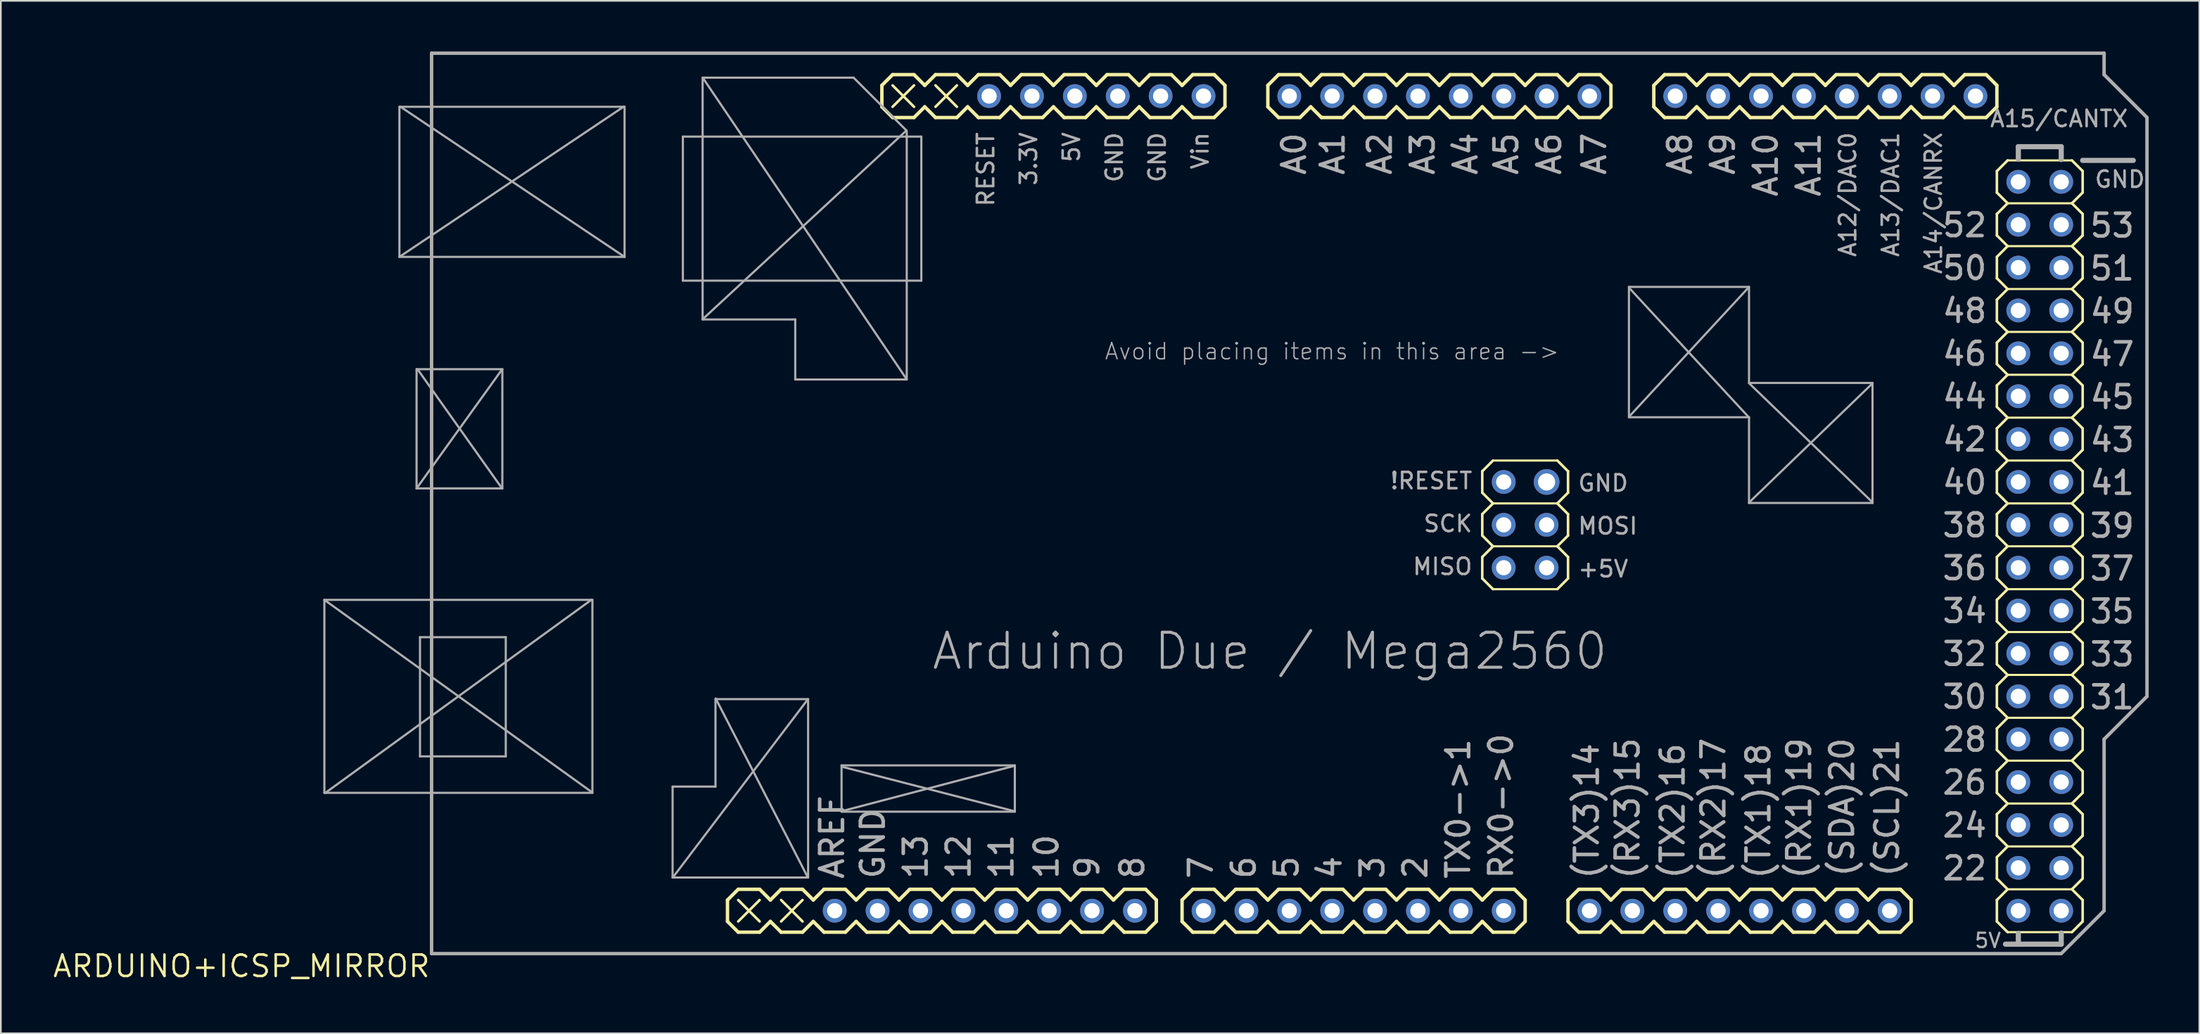
<source format=kicad_pcb>
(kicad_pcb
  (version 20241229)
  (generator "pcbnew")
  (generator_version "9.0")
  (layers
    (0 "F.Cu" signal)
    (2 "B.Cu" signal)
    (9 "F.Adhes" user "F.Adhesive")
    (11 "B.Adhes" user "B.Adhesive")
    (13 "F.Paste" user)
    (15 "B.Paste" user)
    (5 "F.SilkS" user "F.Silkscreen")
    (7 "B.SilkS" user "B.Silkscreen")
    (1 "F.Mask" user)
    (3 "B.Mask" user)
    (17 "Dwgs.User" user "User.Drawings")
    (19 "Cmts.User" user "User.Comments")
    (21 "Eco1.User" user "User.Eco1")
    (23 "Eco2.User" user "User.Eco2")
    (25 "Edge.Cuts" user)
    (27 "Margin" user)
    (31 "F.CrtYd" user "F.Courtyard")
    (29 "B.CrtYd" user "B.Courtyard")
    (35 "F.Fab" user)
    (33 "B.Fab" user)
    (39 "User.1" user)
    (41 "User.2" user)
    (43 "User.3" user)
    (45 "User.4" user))
  (footprint "ARDUINO+ICSP_MIRROR"
    (layer "F.Cu")
    (at 22.512 53.442)
    (property "Reference" "ARDUINO+ICSP_MIRROR" (at 0 0 0) (layer "F.SilkS") (effects (font (size 1.27 1.27) (thickness 0.15)) (justify right top)))
    (attr through_hole)
    (fp_line (start 17.526 -3.175) (end 18.161 -3.81) (stroke (width 0.203) (type solid)) (layer "F.SilkS"))
    (fp_line (start 17.526 -1.905) (end 17.526 -3.175) (stroke (width 0.203) (type solid)) (layer "F.SilkS"))
    (fp_line (start 18.161 -3.175) (end 19.431 -1.905) (stroke (width 0.152) (type solid)) (layer "F.SilkS"))
    (fp_line (start 18.161 -1.27) (end 17.526 -1.905) (stroke (width 0.203) (type solid)) (layer "F.SilkS"))
    (fp_line (start 18.161 -1.27) (end 19.431 -1.27) (stroke (width 0.203) (type solid)) (layer "F.SilkS"))
    (fp_line (start 19.431 -3.81) (end 18.161 -3.81) (stroke (width 0.203) (type solid)) (layer "F.SilkS"))
    (fp_line (start 19.431 -3.175) (end 18.161 -1.905) (stroke (width 0.152) (type solid)) (layer "F.SilkS"))
    (fp_line (start 19.431 -1.27) (end 20.066 -1.905) (stroke (width 0.203) (type solid)) (layer "F.SilkS"))
    (fp_line (start 20.066 -3.175) (end 19.431 -3.81) (stroke (width 0.203) (type solid)) (layer "F.SilkS"))
    (fp_line (start 20.066 -3.175) (end 20.701 -3.81) (stroke (width 0.203) (type solid)) (layer "F.SilkS"))
    (fp_line (start 20.701 -3.175) (end 21.971 -1.905) (stroke (width 0.152) (type solid)) (layer "F.SilkS"))
    (fp_line (start 20.701 -1.27) (end 20.066 -1.905) (stroke (width 0.203) (type solid)) (layer "F.SilkS"))
    (fp_line (start 20.701 -1.27) (end 21.971 -1.27) (stroke (width 0.203) (type solid)) (layer "F.SilkS"))
    (fp_line (start 21.971 -3.81) (end 20.701 -3.81) (stroke (width 0.203) (type solid)) (layer "F.SilkS"))
    (fp_line (start 21.971 -3.175) (end 20.701 -1.905) (stroke (width 0.152) (type solid)) (layer "F.SilkS"))
    (fp_line (start 21.971 -1.27) (end 22.606 -1.905) (stroke (width 0.203) (type solid)) (layer "F.SilkS"))
    (fp_line (start 22.606 -3.175) (end 21.971 -3.81) (stroke (width 0.203) (type solid)) (layer "F.SilkS"))
    (fp_line (start 22.606 -3.175) (end 23.241 -3.81) (stroke (width 0.203) (type solid)) (layer "F.SilkS"))
    (fp_line (start 23.241 -1.27) (end 22.606 -1.905) (stroke (width 0.203) (type solid)) (layer "F.SilkS"))
    (fp_line (start 23.241 -1.27) (end 24.511 -1.27) (stroke (width 0.203) (type solid)) (layer "F.SilkS"))
    (fp_line (start 24.511 -3.81) (end 23.241 -3.81) (stroke (width 0.203) (type solid)) (layer "F.SilkS"))
    (fp_line (start 24.511 -1.27) (end 25.146 -1.905) (stroke (width 0.203) (type solid)) (layer "F.SilkS"))
    (fp_line (start 25.146 -3.175) (end 24.511 -3.81) (stroke (width 0.203) (type solid)) (layer "F.SilkS"))
    (fp_line (start 25.146 -3.175) (end 25.781 -3.81) (stroke (width 0.203) (type solid)) (layer "F.SilkS"))
    (fp_line (start 25.781 -1.27) (end 25.146 -1.905) (stroke (width 0.203) (type solid)) (layer "F.SilkS"))
    (fp_line (start 25.781 -1.27) (end 27.051 -1.27) (stroke (width 0.203) (type solid)) (layer "F.SilkS"))
    (fp_line (start 26.67 -51.435) (end 27.305 -52.07) (stroke (width 0.203) (type solid)) (layer "F.SilkS"))
    (fp_line (start 26.67 -50.165) (end 26.67 -51.435) (stroke (width 0.203) (type solid)) (layer "F.SilkS"))
    (fp_line (start 27.051 -3.81) (end 25.781 -3.81) (stroke (width 0.203) (type solid)) (layer "F.SilkS"))
    (fp_line (start 27.051 -1.27) (end 27.686 -1.905) (stroke (width 0.203) (type solid)) (layer "F.SilkS"))
    (fp_line (start 27.305 -51.435) (end 28.575 -50.165) (stroke (width 0.152) (type solid)) (layer "F.SilkS"))
    (fp_line (start 27.305 -49.53) (end 26.67 -50.165) (stroke (width 0.203) (type solid)) (layer "F.SilkS"))
    (fp_line (start 27.305 -49.53) (end 28.575 -49.53) (stroke (width 0.203) (type solid)) (layer "F.SilkS"))
    (fp_line (start 27.686 -3.175) (end 27.051 -3.81) (stroke (width 0.203) (type solid)) (layer "F.SilkS"))
    (fp_line (start 27.686 -3.175) (end 28.321 -3.81) (stroke (width 0.203) (type solid)) (layer "F.SilkS"))
    (fp_line (start 28.321 -1.27) (end 27.686 -1.905) (stroke (width 0.203) (type solid)) (layer "F.SilkS"))
    (fp_line (start 28.321 -1.27) (end 29.591 -1.27) (stroke (width 0.203) (type solid)) (layer "F.SilkS"))
    (fp_line (start 28.575 -52.07) (end 27.305 -52.07) (stroke (width 0.203) (type solid)) (layer "F.SilkS"))
    (fp_line (start 28.575 -51.435) (end 27.305 -50.165) (stroke (width 0.152) (type solid)) (layer "F.SilkS"))
    (fp_line (start 28.575 -49.53) (end 29.21 -50.165) (stroke (width 0.203) (type solid)) (layer "F.SilkS"))
    (fp_line (start 29.21 -51.435) (end 28.575 -52.07) (stroke (width 0.203) (type solid)) (layer "F.SilkS"))
    (fp_line (start 29.21 -51.435) (end 29.845 -52.07) (stroke (width 0.203) (type solid)) (layer "F.SilkS"))
    (fp_line (start 29.591 -3.81) (end 28.321 -3.81) (stroke (width 0.203) (type solid)) (layer "F.SilkS"))
    (fp_line (start 29.591 -1.27) (end 30.226 -1.905) (stroke (width 0.203) (type solid)) (layer "F.SilkS"))
    (fp_line (start 29.845 -51.435) (end 31.115 -50.165) (stroke (width 0.152) (type solid)) (layer "F.SilkS"))
    (fp_line (start 29.845 -49.53) (end 29.21 -50.165) (stroke (width 0.203) (type solid)) (layer "F.SilkS"))
    (fp_line (start 29.845 -49.53) (end 31.115 -49.53) (stroke (width 0.203) (type solid)) (layer "F.SilkS"))
    (fp_line (start 30.226 -3.175) (end 29.591 -3.81) (stroke (width 0.203) (type solid)) (layer "F.SilkS"))
    (fp_line (start 30.226 -3.175) (end 30.861 -3.81) (stroke (width 0.203) (type solid)) (layer "F.SilkS"))
    (fp_line (start 30.861 -1.27) (end 30.226 -1.905) (stroke (width 0.203) (type solid)) (layer "F.SilkS"))
    (fp_line (start 30.861 -1.27) (end 32.131 -1.27) (stroke (width 0.203) (type solid)) (layer "F.SilkS"))
    (fp_line (start 31.115 -52.07) (end 29.845 -52.07) (stroke (width 0.203) (type solid)) (layer "F.SilkS"))
    (fp_line (start 31.115 -51.435) (end 29.845 -50.165) (stroke (width 0.152) (type solid)) (layer "F.SilkS"))
    (fp_line (start 31.115 -49.53) (end 31.75 -50.165) (stroke (width 0.203) (type solid)) (layer "F.SilkS"))
    (fp_line (start 31.75 -51.435) (end 31.115 -52.07) (stroke (width 0.203) (type solid)) (layer "F.SilkS"))
    (fp_line (start 31.75 -51.435) (end 32.385 -52.07) (stroke (width 0.203) (type solid)) (layer "F.SilkS"))
    (fp_line (start 32.131 -3.81) (end 30.861 -3.81) (stroke (width 0.203) (type solid)) (layer "F.SilkS"))
    (fp_line (start 32.131 -1.27) (end 32.766 -1.905) (stroke (width 0.203) (type solid)) (layer "F.SilkS"))
    (fp_line (start 32.385 -49.53) (end 31.75 -50.165) (stroke (width 0.203) (type solid)) (layer "F.SilkS"))
    (fp_line (start 32.385 -49.53) (end 33.655 -49.53) (stroke (width 0.203) (type solid)) (layer "F.SilkS"))
    (fp_line (start 32.766 -3.175) (end 32.131 -3.81) (stroke (width 0.203) (type solid)) (layer "F.SilkS"))
    (fp_line (start 32.766 -3.175) (end 33.401 -3.81) (stroke (width 0.203) (type solid)) (layer "F.SilkS"))
    (fp_line (start 33.401 -1.27) (end 32.766 -1.905) (stroke (width 0.203) (type solid)) (layer "F.SilkS"))
    (fp_line (start 33.401 -1.27) (end 34.671 -1.27) (stroke (width 0.203) (type solid)) (layer "F.SilkS"))
    (fp_line (start 33.655 -52.07) (end 32.385 -52.07) (stroke (width 0.203) (type solid)) (layer "F.SilkS"))
    (fp_line (start 33.655 -49.53) (end 34.29 -50.165) (stroke (width 0.203) (type solid)) (layer "F.SilkS"))
    (fp_line (start 34.29 -51.435) (end 33.655 -52.07) (stroke (width 0.203) (type solid)) (layer "F.SilkS"))
    (fp_line (start 34.29 -51.435) (end 34.925 -52.07) (stroke (width 0.203) (type solid)) (layer "F.SilkS"))
    (fp_line (start 34.671 -3.81) (end 33.401 -3.81) (stroke (width 0.203) (type solid)) (layer "F.SilkS"))
    (fp_line (start 34.671 -1.27) (end 35.306 -1.905) (stroke (width 0.203) (type solid)) (layer "F.SilkS"))
    (fp_line (start 34.925 -49.53) (end 34.29 -50.165) (stroke (width 0.203) (type solid)) (layer "F.SilkS"))
    (fp_line (start 34.925 -49.53) (end 36.195 -49.53) (stroke (width 0.203) (type solid)) (layer "F.SilkS"))
    (fp_line (start 35.306 -3.175) (end 34.671 -3.81) (stroke (width 0.203) (type solid)) (layer "F.SilkS"))
    (fp_line (start 35.306 -3.175) (end 35.941 -3.81) (stroke (width 0.203) (type solid)) (layer "F.SilkS"))
    (fp_line (start 35.941 -1.27) (end 35.306 -1.905) (stroke (width 0.203) (type solid)) (layer "F.SilkS"))
    (fp_line (start 35.941 -1.27) (end 37.211 -1.27) (stroke (width 0.203) (type solid)) (layer "F.SilkS"))
    (fp_line (start 36.195 -52.07) (end 34.925 -52.07) (stroke (width 0.203) (type solid)) (layer "F.SilkS"))
    (fp_line (start 36.195 -49.53) (end 36.83 -50.165) (stroke (width 0.203) (type solid)) (layer "F.SilkS"))
    (fp_line (start 36.83 -51.435) (end 36.195 -52.07) (stroke (width 0.203) (type solid)) (layer "F.SilkS"))
    (fp_line (start 36.83 -51.435) (end 37.465 -52.07) (stroke (width 0.203) (type solid)) (layer "F.SilkS"))
    (fp_line (start 37.211 -3.81) (end 35.941 -3.81) (stroke (width 0.203) (type solid)) (layer "F.SilkS"))
    (fp_line (start 37.211 -1.27) (end 37.846 -1.905) (stroke (width 0.203) (type solid)) (layer "F.SilkS"))
    (fp_line (start 37.465 -49.53) (end 36.83 -50.165) (stroke (width 0.203) (type solid)) (layer "F.SilkS"))
    (fp_line (start 37.465 -49.53) (end 38.735 -49.53) (stroke (width 0.203) (type solid)) (layer "F.SilkS"))
    (fp_line (start 37.846 -3.175) (end 37.211 -3.81) (stroke (width 0.203) (type solid)) (layer "F.SilkS"))
    (fp_line (start 37.846 -3.175) (end 38.481 -3.81) (stroke (width 0.203) (type solid)) (layer "F.SilkS"))
    (fp_line (start 38.481 -1.27) (end 37.846 -1.905) (stroke (width 0.203) (type solid)) (layer "F.SilkS"))
    (fp_line (start 38.481 -1.27) (end 39.751 -1.27) (stroke (width 0.203) (type solid)) (layer "F.SilkS"))
    (fp_line (start 38.735 -52.07) (end 37.465 -52.07) (stroke (width 0.203) (type solid)) (layer "F.SilkS"))
    (fp_line (start 38.735 -49.53) (end 39.37 -50.165) (stroke (width 0.203) (type solid)) (layer "F.SilkS"))
    (fp_line (start 39.37 -51.435) (end 38.735 -52.07) (stroke (width 0.203) (type solid)) (layer "F.SilkS"))
    (fp_line (start 39.37 -51.435) (end 40.005 -52.07) (stroke (width 0.203) (type solid)) (layer "F.SilkS"))
    (fp_line (start 39.751 -3.81) (end 38.481 -3.81) (stroke (width 0.203) (type solid)) (layer "F.SilkS"))
    (fp_line (start 39.751 -1.27) (end 40.386 -1.905) (stroke (width 0.203) (type solid)) (layer "F.SilkS"))
    (fp_line (start 40.005 -49.53) (end 39.37 -50.165) (stroke (width 0.203) (type solid)) (layer "F.SilkS"))
    (fp_line (start 40.005 -49.53) (end 41.275 -49.53) (stroke (width 0.203) (type solid)) (layer "F.SilkS"))
    (fp_line (start 40.386 -3.175) (end 39.751 -3.81) (stroke (width 0.203) (type solid)) (layer "F.SilkS"))
    (fp_line (start 40.386 -3.175) (end 41.021 -3.81) (stroke (width 0.203) (type solid)) (layer "F.SilkS"))
    (fp_line (start 41.021 -1.27) (end 40.386 -1.905) (stroke (width 0.203) (type solid)) (layer "F.SilkS"))
    (fp_line (start 41.021 -1.27) (end 42.291 -1.27) (stroke (width 0.203) (type solid)) (layer "F.SilkS"))
    (fp_line (start 41.275 -52.07) (end 40.005 -52.07) (stroke (width 0.203) (type solid)) (layer "F.SilkS"))
    (fp_line (start 41.275 -49.53) (end 41.91 -50.165) (stroke (width 0.203) (type solid)) (layer "F.SilkS"))
    (fp_line (start 41.91 -51.435) (end 41.275 -52.07) (stroke (width 0.203) (type solid)) (layer "F.SilkS"))
    (fp_line (start 41.91 -51.435) (end 42.545 -52.07) (stroke (width 0.203) (type solid)) (layer "F.SilkS"))
    (fp_line (start 42.291 -3.81) (end 41.021 -3.81) (stroke (width 0.203) (type solid)) (layer "F.SilkS"))
    (fp_line (start 42.291 -1.27) (end 42.926 -1.905) (stroke (width 0.203) (type solid)) (layer "F.SilkS"))
    (fp_line (start 42.545 -49.53) (end 41.91 -50.165) (stroke (width 0.203) (type solid)) (layer "F.SilkS"))
    (fp_line (start 42.545 -49.53) (end 43.815 -49.53) (stroke (width 0.203) (type solid)) (layer "F.SilkS"))
    (fp_line (start 42.926 -3.175) (end 42.291 -3.81) (stroke (width 0.203) (type solid)) (layer "F.SilkS"))
    (fp_line (start 42.926 -1.905) (end 42.926 -3.175) (stroke (width 0.203) (type solid)) (layer "F.SilkS"))
    (fp_line (start 43.815 -52.07) (end 42.545 -52.07) (stroke (width 0.203) (type solid)) (layer "F.SilkS"))
    (fp_line (start 43.815 -49.53) (end 44.45 -50.165) (stroke (width 0.203) (type solid)) (layer "F.SilkS"))
    (fp_line (start 44.45 -51.435) (end 43.815 -52.07) (stroke (width 0.203) (type solid)) (layer "F.SilkS"))
    (fp_line (start 44.45 -51.435) (end 45.085 -52.07) (stroke (width 0.203) (type solid)) (layer "F.SilkS"))
    (fp_line (start 44.45 -3.175) (end 45.085 -3.81) (stroke (width 0.203) (type solid)) (layer "F.SilkS"))
    (fp_line (start 44.45 -1.905) (end 44.45 -3.175) (stroke (width 0.203) (type solid)) (layer "F.SilkS"))
    (fp_line (start 45.085 -49.53) (end 44.45 -50.165) (stroke (width 0.203) (type solid)) (layer "F.SilkS"))
    (fp_line (start 45.085 -49.53) (end 46.355 -49.53) (stroke (width 0.203) (type solid)) (layer "F.SilkS"))
    (fp_line (start 45.085 -1.27) (end 44.45 -1.905) (stroke (width 0.203) (type solid)) (layer "F.SilkS"))
    (fp_line (start 45.085 -1.27) (end 46.355 -1.27) (stroke (width 0.203) (type solid)) (layer "F.SilkS"))
    (fp_line (start 46.355 -52.07) (end 45.085 -52.07) (stroke (width 0.203) (type solid)) (layer "F.SilkS"))
    (fp_line (start 46.355 -49.53) (end 46.99 -50.165) (stroke (width 0.203) (type solid)) (layer "F.SilkS"))
    (fp_line (start 46.355 -3.81) (end 45.085 -3.81) (stroke (width 0.203) (type solid)) (layer "F.SilkS"))
    (fp_line (start 46.355 -1.27) (end 46.99 -1.905) (stroke (width 0.203) (type solid)) (layer "F.SilkS"))
    (fp_line (start 46.99 -51.435) (end 46.355 -52.07) (stroke (width 0.203) (type solid)) (layer "F.SilkS"))
    (fp_line (start 46.99 -50.165) (end 46.99 -51.435) (stroke (width 0.203) (type solid)) (layer "F.SilkS"))
    (fp_line (start 46.99 -3.175) (end 46.355 -3.81) (stroke (width 0.203) (type solid)) (layer "F.SilkS"))
    (fp_line (start 46.99 -3.175) (end 47.625 -3.81) (stroke (width 0.203) (type solid)) (layer "F.SilkS"))
    (fp_line (start 47.625 -1.27) (end 46.99 -1.905) (stroke (width 0.203) (type solid)) (layer "F.SilkS"))
    (fp_line (start 47.625 -1.27) (end 48.895 -1.27) (stroke (width 0.203) (type solid)) (layer "F.SilkS"))
    (fp_line (start 48.895 -3.81) (end 47.625 -3.81) (stroke (width 0.203) (type solid)) (layer "F.SilkS"))
    (fp_line (start 48.895 -1.27) (end 49.53 -1.905) (stroke (width 0.203) (type solid)) (layer "F.SilkS"))
    (fp_line (start 49.53 -51.435) (end 50.165 -52.07) (stroke (width 0.203) (type solid)) (layer "F.SilkS"))
    (fp_line (start 49.53 -50.165) (end 49.53 -51.435) (stroke (width 0.203) (type solid)) (layer "F.SilkS"))
    (fp_line (start 49.53 -3.175) (end 48.895 -3.81) (stroke (width 0.203) (type solid)) (layer "F.SilkS"))
    (fp_line (start 49.53 -3.175) (end 50.165 -3.81) (stroke (width 0.203) (type solid)) (layer "F.SilkS"))
    (fp_line (start 50.165 -49.53) (end 49.53 -50.165) (stroke (width 0.203) (type solid)) (layer "F.SilkS"))
    (fp_line (start 50.165 -49.53) (end 51.435 -49.53) (stroke (width 0.203) (type solid)) (layer "F.SilkS"))
    (fp_line (start 50.165 -1.27) (end 49.53 -1.905) (stroke (width 0.203) (type solid)) (layer "F.SilkS"))
    (fp_line (start 50.165 -1.27) (end 51.435 -1.27) (stroke (width 0.203) (type solid)) (layer "F.SilkS"))
    (fp_line (start 51.435 -52.07) (end 50.165 -52.07) (stroke (width 0.203) (type solid)) (layer "F.SilkS"))
    (fp_line (start 51.435 -49.53) (end 52.07 -50.165) (stroke (width 0.203) (type solid)) (layer "F.SilkS"))
    (fp_line (start 51.435 -3.81) (end 50.165 -3.81) (stroke (width 0.203) (type solid)) (layer "F.SilkS"))
    (fp_line (start 51.435 -1.27) (end 52.07 -1.905) (stroke (width 0.203) (type solid)) (layer "F.SilkS"))
    (fp_line (start 52.07 -51.435) (end 51.435 -52.07) (stroke (width 0.203) (type solid)) (layer "F.SilkS"))
    (fp_line (start 52.07 -51.435) (end 52.705 -52.07) (stroke (width 0.203) (type solid)) (layer "F.SilkS"))
    (fp_line (start 52.07 -3.175) (end 51.435 -3.81) (stroke (width 0.203) (type solid)) (layer "F.SilkS"))
    (fp_line (start 52.07 -3.175) (end 52.705 -3.81) (stroke (width 0.203) (type solid)) (layer "F.SilkS"))
    (fp_line (start 52.705 -49.53) (end 52.07 -50.165) (stroke (width 0.203) (type solid)) (layer "F.SilkS"))
    (fp_line (start 52.705 -49.53) (end 53.975 -49.53) (stroke (width 0.203) (type solid)) (layer "F.SilkS"))
    (fp_line (start 52.705 -1.27) (end 52.07 -1.905) (stroke (width 0.203) (type solid)) (layer "F.SilkS"))
    (fp_line (start 52.705 -1.27) (end 53.975 -1.27) (stroke (width 0.203) (type solid)) (layer "F.SilkS"))
    (fp_line (start 53.975 -52.07) (end 52.705 -52.07) (stroke (width 0.203) (type solid)) (layer "F.SilkS"))
    (fp_line (start 53.975 -49.53) (end 54.61 -50.165) (stroke (width 0.203) (type solid)) (layer "F.SilkS"))
    (fp_line (start 53.975 -3.81) (end 52.705 -3.81) (stroke (width 0.203) (type solid)) (layer "F.SilkS"))
    (fp_line (start 53.975 -1.27) (end 54.61 -1.905) (stroke (width 0.203) (type solid)) (layer "F.SilkS"))
    (fp_line (start 54.61 -51.435) (end 53.975 -52.07) (stroke (width 0.203) (type solid)) (layer "F.SilkS"))
    (fp_line (start 54.61 -51.435) (end 55.245 -52.07) (stroke (width 0.203) (type solid)) (layer "F.SilkS"))
    (fp_line (start 54.61 -3.175) (end 53.975 -3.81) (stroke (width 0.203) (type solid)) (layer "F.SilkS"))
    (fp_line (start 54.61 -3.175) (end 55.245 -3.81) (stroke (width 0.203) (type solid)) (layer "F.SilkS"))
    (fp_line (start 55.245 -49.53) (end 54.61 -50.165) (stroke (width 0.203) (type solid)) (layer "F.SilkS"))
    (fp_line (start 55.245 -49.53) (end 56.515 -49.53) (stroke (width 0.203) (type solid)) (layer "F.SilkS"))
    (fp_line (start 55.245 -1.27) (end 54.61 -1.905) (stroke (width 0.203) (type solid)) (layer "F.SilkS"))
    (fp_line (start 55.245 -1.27) (end 56.515 -1.27) (stroke (width 0.203) (type solid)) (layer "F.SilkS"))
    (fp_line (start 56.515 -52.07) (end 55.245 -52.07) (stroke (width 0.203) (type solid)) (layer "F.SilkS"))
    (fp_line (start 56.515 -49.53) (end 57.15 -50.165) (stroke (width 0.203) (type solid)) (layer "F.SilkS"))
    (fp_line (start 56.515 -3.81) (end 55.245 -3.81) (stroke (width 0.203) (type solid)) (layer "F.SilkS"))
    (fp_line (start 56.515 -1.27) (end 57.15 -1.905) (stroke (width 0.203) (type solid)) (layer "F.SilkS"))
    (fp_line (start 57.15 -51.435) (end 56.515 -52.07) (stroke (width 0.203) (type solid)) (layer "F.SilkS"))
    (fp_line (start 57.15 -51.435) (end 57.785 -52.07) (stroke (width 0.203) (type solid)) (layer "F.SilkS"))
    (fp_line (start 57.15 -3.175) (end 56.515 -3.81) (stroke (width 0.203) (type solid)) (layer "F.SilkS"))
    (fp_line (start 57.15 -3.175) (end 57.785 -3.81) (stroke (width 0.203) (type solid)) (layer "F.SilkS"))
    (fp_line (start 57.785 -49.53) (end 57.15 -50.165) (stroke (width 0.203) (type solid)) (layer "F.SilkS"))
    (fp_line (start 57.785 -49.53) (end 59.055 -49.53) (stroke (width 0.203) (type solid)) (layer "F.SilkS"))
    (fp_line (start 57.785 -1.27) (end 57.15 -1.905) (stroke (width 0.203) (type solid)) (layer "F.SilkS"))
    (fp_line (start 57.785 -1.27) (end 59.055 -1.27) (stroke (width 0.203) (type solid)) (layer "F.SilkS"))
    (fp_line (start 59.055 -52.07) (end 57.785 -52.07) (stroke (width 0.203) (type solid)) (layer "F.SilkS"))
    (fp_line (start 59.055 -49.53) (end 59.69 -50.165) (stroke (width 0.203) (type solid)) (layer "F.SilkS"))
    (fp_line (start 59.055 -3.81) (end 57.785 -3.81) (stroke (width 0.203) (type solid)) (layer "F.SilkS"))
    (fp_line (start 59.055 -1.27) (end 59.69 -1.905) (stroke (width 0.203) (type solid)) (layer "F.SilkS"))
    (fp_line (start 59.69 -51.435) (end 59.055 -52.07) (stroke (width 0.203) (type solid)) (layer "F.SilkS"))
    (fp_line (start 59.69 -51.435) (end 60.325 -52.07) (stroke (width 0.203) (type solid)) (layer "F.SilkS"))
    (fp_line (start 59.69 -3.175) (end 59.055 -3.81) (stroke (width 0.203) (type solid)) (layer "F.SilkS"))
    (fp_line (start 59.69 -3.175) (end 60.325 -3.81) (stroke (width 0.203) (type solid)) (layer "F.SilkS"))
    (fp_line (start 60.325 -49.53) (end 59.69 -50.165) (stroke (width 0.203) (type solid)) (layer "F.SilkS"))
    (fp_line (start 60.325 -49.53) (end 61.595 -49.53) (stroke (width 0.203) (type solid)) (layer "F.SilkS"))
    (fp_line (start 60.325 -1.27) (end 59.69 -1.905) (stroke (width 0.203) (type solid)) (layer "F.SilkS"))
    (fp_line (start 60.325 -1.27) (end 61.595 -1.27) (stroke (width 0.203) (type solid)) (layer "F.SilkS"))
    (fp_line (start 61.595 -52.07) (end 60.325 -52.07) (stroke (width 0.203) (type solid)) (layer "F.SilkS"))
    (fp_line (start 61.595 -49.53) (end 62.23 -50.165) (stroke (width 0.203) (type solid)) (layer "F.SilkS"))
    (fp_line (start 61.595 -3.81) (end 60.325 -3.81) (stroke (width 0.203) (type solid)) (layer "F.SilkS"))
    (fp_line (start 61.595 -1.27) (end 62.23 -1.905) (stroke (width 0.203) (type solid)) (layer "F.SilkS"))
    (fp_line (start 62.23 -51.435) (end 61.595 -52.07) (stroke (width 0.203) (type solid)) (layer "F.SilkS"))
    (fp_line (start 62.23 -51.435) (end 62.865 -52.07) (stroke (width 0.203) (type solid)) (layer "F.SilkS"))
    (fp_line (start 62.23 -28.575) (end 62.23 -27.305) (stroke (width 0.152) (type solid)) (layer "F.SilkS"))
    (fp_line (start 62.23 -27.305) (end 62.865 -26.67) (stroke (width 0.152) (type solid)) (layer "F.SilkS"))
    (fp_line (start 62.23 -26.035) (end 62.23 -24.765) (stroke (width 0.152) (type solid)) (layer "F.SilkS"))
    (fp_line (start 62.23 -24.765) (end 62.865 -24.13) (stroke (width 0.152) (type solid)) (layer "F.SilkS"))
    (fp_line (start 62.23 -23.495) (end 62.23 -22.225) (stroke (width 0.152) (type solid)) (layer "F.SilkS"))
    (fp_line (start 62.23 -22.225) (end 62.865 -21.59) (stroke (width 0.152) (type solid)) (layer "F.SilkS"))
    (fp_line (start 62.23 -3.175) (end 61.595 -3.81) (stroke (width 0.203) (type solid)) (layer "F.SilkS"))
    (fp_line (start 62.23 -3.175) (end 62.865 -3.81) (stroke (width 0.203) (type solid)) (layer "F.SilkS"))
    (fp_line (start 62.865 -49.53) (end 62.23 -50.165) (stroke (width 0.203) (type solid)) (layer "F.SilkS"))
    (fp_line (start 62.865 -49.53) (end 64.135 -49.53) (stroke (width 0.203) (type solid)) (layer "F.SilkS"))
    (fp_line (start 62.865 -29.21) (end 62.23 -28.575) (stroke (width 0.152) (type solid)) (layer "F.SilkS"))
    (fp_line (start 62.865 -29.21) (end 66.675 -29.21) (stroke (width 0.127) (type solid)) (layer "F.SilkS"))
    (fp_line (start 62.865 -26.67) (end 62.23 -26.035) (stroke (width 0.152) (type solid)) (layer "F.SilkS"))
    (fp_line (start 62.865 -26.67) (end 66.675 -26.67) (stroke (width 0.127) (type solid)) (layer "F.SilkS"))
    (fp_line (start 62.865 -24.13) (end 62.23 -23.495) (stroke (width 0.152) (type solid)) (layer "F.SilkS"))
    (fp_line (start 62.865 -24.13) (end 66.675 -24.13) (stroke (width 0.127) (type solid)) (layer "F.SilkS"))
    (fp_line (start 62.865 -21.59) (end 66.675 -21.59) (stroke (width 0.127) (type solid)) (layer "F.SilkS"))
    (fp_line (start 62.865 -1.27) (end 62.23 -1.905) (stroke (width 0.203) (type solid)) (layer "F.SilkS"))
    (fp_line (start 62.865 -1.27) (end 64.135 -1.27) (stroke (width 0.203) (type solid)) (layer "F.SilkS"))
    (fp_line (start 64.135 -52.07) (end 62.865 -52.07) (stroke (width 0.203) (type solid)) (layer "F.SilkS"))
    (fp_line (start 64.135 -49.53) (end 64.77 -50.165) (stroke (width 0.203) (type solid)) (layer "F.SilkS"))
    (fp_line (start 64.135 -3.81) (end 62.865 -3.81) (stroke (width 0.203) (type solid)) (layer "F.SilkS"))
    (fp_line (start 64.135 -1.27) (end 64.77 -1.905) (stroke (width 0.203) (type solid)) (layer "F.SilkS"))
    (fp_line (start 64.77 -51.435) (end 64.135 -52.07) (stroke (width 0.203) (type solid)) (layer "F.SilkS"))
    (fp_line (start 64.77 -51.435) (end 65.405 -52.07) (stroke (width 0.203) (type solid)) (layer "F.SilkS"))
    (fp_line (start 64.77 -3.175) (end 64.135 -3.81) (stroke (width 0.203) (type solid)) (layer "F.SilkS"))
    (fp_line (start 64.77 -1.905) (end 64.77 -3.175) (stroke (width 0.203) (type solid)) (layer "F.SilkS"))
    (fp_line (start 65.405 -49.53) (end 64.77 -50.165) (stroke (width 0.203) (type solid)) (layer "F.SilkS"))
    (fp_line (start 65.405 -49.53) (end 66.675 -49.53) (stroke (width 0.203) (type solid)) (layer "F.SilkS"))
    (fp_line (start 66.675 -52.07) (end 65.405 -52.07) (stroke (width 0.203) (type solid)) (layer "F.SilkS"))
    (fp_line (start 66.675 -49.53) (end 67.31 -50.165) (stroke (width 0.203) (type solid)) (layer "F.SilkS"))
    (fp_line (start 66.675 -29.21) (end 67.31 -28.575) (stroke (width 0.152) (type solid)) (layer "F.SilkS"))
    (fp_line (start 66.675 -26.67) (end 67.31 -26.035) (stroke (width 0.152) (type solid)) (layer "F.SilkS"))
    (fp_line (start 66.675 -24.13) (end 67.31 -23.495) (stroke (width 0.152) (type solid)) (layer "F.SilkS"))
    (fp_line (start 67.31 -51.435) (end 66.675 -52.07) (stroke (width 0.203) (type solid)) (layer "F.SilkS"))
    (fp_line (start 67.31 -51.435) (end 67.945 -52.07) (stroke (width 0.203) (type solid)) (layer "F.SilkS"))
    (fp_line (start 67.31 -28.575) (end 67.31 -27.305) (stroke (width 0.152) (type solid)) (layer "F.SilkS"))
    (fp_line (start 67.31 -27.305) (end 66.675 -26.67) (stroke (width 0.152) (type solid)) (layer "F.SilkS"))
    (fp_line (start 67.31 -26.035) (end 67.31 -24.765) (stroke (width 0.152) (type solid)) (layer "F.SilkS"))
    (fp_line (start 67.31 -24.765) (end 66.675 -24.13) (stroke (width 0.152) (type solid)) (layer "F.SilkS"))
    (fp_line (start 67.31 -23.495) (end 67.31 -22.225) (stroke (width 0.152) (type solid)) (layer "F.SilkS"))
    (fp_line (start 67.31 -22.225) (end 66.675 -21.59) (stroke (width 0.152) (type solid)) (layer "F.SilkS"))
    (fp_line (start 67.31 -3.175) (end 67.945 -3.81) (stroke (width 0.203) (type solid)) (layer "F.SilkS"))
    (fp_line (start 67.31 -1.905) (end 67.31 -3.175) (stroke (width 0.203) (type solid)) (layer "F.SilkS"))
    (fp_line (start 67.945 -49.53) (end 67.31 -50.165) (stroke (width 0.203) (type solid)) (layer "F.SilkS"))
    (fp_line (start 67.945 -49.53) (end 69.215 -49.53) (stroke (width 0.203) (type solid)) (layer "F.SilkS"))
    (fp_line (start 67.945 -1.27) (end 67.31 -1.905) (stroke (width 0.203) (type solid)) (layer "F.SilkS"))
    (fp_line (start 67.945 -1.27) (end 69.215 -1.27) (stroke (width 0.203) (type solid)) (layer "F.SilkS"))
    (fp_line (start 69.215 -52.07) (end 67.945 -52.07) (stroke (width 0.203) (type solid)) (layer "F.SilkS"))
    (fp_line (start 69.215 -49.53) (end 69.85 -50.165) (stroke (width 0.203) (type solid)) (layer "F.SilkS"))
    (fp_line (start 69.215 -3.81) (end 67.945 -3.81) (stroke (width 0.203) (type solid)) (layer "F.SilkS"))
    (fp_line (start 69.215 -1.27) (end 69.85 -1.905) (stroke (width 0.203) (type solid)) (layer "F.SilkS"))
    (fp_line (start 69.85 -51.435) (end 69.215 -52.07) (stroke (width 0.203) (type solid)) (layer "F.SilkS"))
    (fp_line (start 69.85 -50.165) (end 69.85 -51.435) (stroke (width 0.203) (type solid)) (layer "F.SilkS"))
    (fp_line (start 69.85 -3.175) (end 69.215 -3.81) (stroke (width 0.203) (type solid)) (layer "F.SilkS"))
    (fp_line (start 69.85 -3.175) (end 70.485 -3.81) (stroke (width 0.203) (type solid)) (layer "F.SilkS"))
    (fp_line (start 70.485 -1.27) (end 69.85 -1.905) (stroke (width 0.203) (type solid)) (layer "F.SilkS"))
    (fp_line (start 70.485 -1.27) (end 71.755 -1.27) (stroke (width 0.203) (type solid)) (layer "F.SilkS"))
    (fp_line (start 71.755 -3.81) (end 70.485 -3.81) (stroke (width 0.203) (type solid)) (layer "F.SilkS"))
    (fp_line (start 71.755 -1.27) (end 72.39 -1.905) (stroke (width 0.203) (type solid)) (layer "F.SilkS"))
    (fp_line (start 72.39 -51.435) (end 73.025 -52.07) (stroke (width 0.203) (type solid)) (layer "F.SilkS"))
    (fp_line (start 72.39 -50.165) (end 72.39 -51.435) (stroke (width 0.203) (type solid)) (layer "F.SilkS"))
    (fp_line (start 72.39 -3.175) (end 71.755 -3.81) (stroke (width 0.203) (type solid)) (layer "F.SilkS"))
    (fp_line (start 72.39 -3.175) (end 73.025 -3.81) (stroke (width 0.203) (type solid)) (layer "F.SilkS"))
    (fp_line (start 73.025 -49.53) (end 72.39 -50.165) (stroke (width 0.203) (type solid)) (layer "F.SilkS"))
    (fp_line (start 73.025 -49.53) (end 74.295 -49.53) (stroke (width 0.203) (type solid)) (layer "F.SilkS"))
    (fp_line (start 73.025 -1.27) (end 72.39 -1.905) (stroke (width 0.203) (type solid)) (layer "F.SilkS"))
    (fp_line (start 73.025 -1.27) (end 74.295 -1.27) (stroke (width 0.203) (type solid)) (layer "F.SilkS"))
    (fp_line (start 74.295 -52.07) (end 73.025 -52.07) (stroke (width 0.203) (type solid)) (layer "F.SilkS"))
    (fp_line (start 74.295 -49.53) (end 74.93 -50.165) (stroke (width 0.203) (type solid)) (layer "F.SilkS"))
    (fp_line (start 74.295 -3.81) (end 73.025 -3.81) (stroke (width 0.203) (type solid)) (layer "F.SilkS"))
    (fp_line (start 74.295 -1.27) (end 74.93 -1.905) (stroke (width 0.203) (type solid)) (layer "F.SilkS"))
    (fp_line (start 74.93 -51.435) (end 74.295 -52.07) (stroke (width 0.203) (type solid)) (layer "F.SilkS"))
    (fp_line (start 74.93 -51.435) (end 75.565 -52.07) (stroke (width 0.203) (type solid)) (layer "F.SilkS"))
    (fp_line (start 74.93 -3.175) (end 74.295 -3.81) (stroke (width 0.203) (type solid)) (layer "F.SilkS"))
    (fp_line (start 74.93 -3.175) (end 75.565 -3.81) (stroke (width 0.203) (type solid)) (layer "F.SilkS"))
    (fp_line (start 75.565 -49.53) (end 74.93 -50.165) (stroke (width 0.203) (type solid)) (layer "F.SilkS"))
    (fp_line (start 75.565 -49.53) (end 76.835 -49.53) (stroke (width 0.203) (type solid)) (layer "F.SilkS"))
    (fp_line (start 75.565 -1.27) (end 74.93 -1.905) (stroke (width 0.203) (type solid)) (layer "F.SilkS"))
    (fp_line (start 75.565 -1.27) (end 76.835 -1.27) (stroke (width 0.203) (type solid)) (layer "F.SilkS"))
    (fp_line (start 76.835 -52.07) (end 75.565 -52.07) (stroke (width 0.203) (type solid)) (layer "F.SilkS"))
    (fp_line (start 76.835 -49.53) (end 77.47 -50.165) (stroke (width 0.203) (type solid)) (layer "F.SilkS"))
    (fp_line (start 76.835 -3.81) (end 75.565 -3.81) (stroke (width 0.203) (type solid)) (layer "F.SilkS"))
    (fp_line (start 76.835 -1.27) (end 77.47 -1.905) (stroke (width 0.203) (type solid)) (layer "F.SilkS"))
    (fp_line (start 77.47 -51.435) (end 76.835 -52.07) (stroke (width 0.203) (type solid)) (layer "F.SilkS"))
    (fp_line (start 77.47 -51.435) (end 78.105 -52.07) (stroke (width 0.203) (type solid)) (layer "F.SilkS"))
    (fp_line (start 77.47 -3.175) (end 76.835 -3.81) (stroke (width 0.203) (type solid)) (layer "F.SilkS"))
    (fp_line (start 77.47 -3.175) (end 78.105 -3.81) (stroke (width 0.203) (type solid)) (layer "F.SilkS"))
    (fp_line (start 78.105 -49.53) (end 77.47 -50.165) (stroke (width 0.203) (type solid)) (layer "F.SilkS"))
    (fp_line (start 78.105 -49.53) (end 79.375 -49.53) (stroke (width 0.203) (type solid)) (layer "F.SilkS"))
    (fp_line (start 78.105 -1.27) (end 77.47 -1.905) (stroke (width 0.203) (type solid)) (layer "F.SilkS"))
    (fp_line (start 78.105 -1.27) (end 79.375 -1.27) (stroke (width 0.203) (type solid)) (layer "F.SilkS"))
    (fp_line (start 79.375 -52.07) (end 78.105 -52.07) (stroke (width 0.203) (type solid)) (layer "F.SilkS"))
    (fp_line (start 79.375 -49.53) (end 80.01 -50.165) (stroke (width 0.203) (type solid)) (layer "F.SilkS"))
    (fp_line (start 79.375 -3.81) (end 78.105 -3.81) (stroke (width 0.203) (type solid)) (layer "F.SilkS"))
    (fp_line (start 79.375 -1.27) (end 80.01 -1.905) (stroke (width 0.203) (type solid)) (layer "F.SilkS"))
    (fp_line (start 80.01 -51.435) (end 79.375 -52.07) (stroke (width 0.203) (type solid)) (layer "F.SilkS"))
    (fp_line (start 80.01 -51.435) (end 80.645 -52.07) (stroke (width 0.203) (type solid)) (layer "F.SilkS"))
    (fp_line (start 80.01 -3.175) (end 79.375 -3.81) (stroke (width 0.203) (type solid)) (layer "F.SilkS"))
    (fp_line (start 80.01 -3.175) (end 80.645 -3.81) (stroke (width 0.203) (type solid)) (layer "F.SilkS"))
    (fp_line (start 80.645 -49.53) (end 80.01 -50.165) (stroke (width 0.203) (type solid)) (layer "F.SilkS"))
    (fp_line (start 80.645 -49.53) (end 81.915 -49.53) (stroke (width 0.203) (type solid)) (layer "F.SilkS"))
    (fp_line (start 80.645 -1.27) (end 80.01 -1.905) (stroke (width 0.203) (type solid)) (layer "F.SilkS"))
    (fp_line (start 80.645 -1.27) (end 81.915 -1.27) (stroke (width 0.203) (type solid)) (layer "F.SilkS"))
    (fp_line (start 81.915 -52.07) (end 80.645 -52.07) (stroke (width 0.203) (type solid)) (layer "F.SilkS"))
    (fp_line (start 81.915 -49.53) (end 82.55 -50.165) (stroke (width 0.203) (type solid)) (layer "F.SilkS"))
    (fp_line (start 81.915 -3.81) (end 80.645 -3.81) (stroke (width 0.203) (type solid)) (layer "F.SilkS"))
    (fp_line (start 81.915 -1.27) (end 82.55 -1.905) (stroke (width 0.203) (type solid)) (layer "F.SilkS"))
    (fp_line (start 82.55 -51.435) (end 81.915 -52.07) (stroke (width 0.203) (type solid)) (layer "F.SilkS"))
    (fp_line (start 82.55 -51.435) (end 83.185 -52.07) (stroke (width 0.203) (type solid)) (layer "F.SilkS"))
    (fp_line (start 82.55 -3.175) (end 81.915 -3.81) (stroke (width 0.203) (type solid)) (layer "F.SilkS"))
    (fp_line (start 82.55 -3.175) (end 83.185 -3.81) (stroke (width 0.203) (type solid)) (layer "F.SilkS"))
    (fp_line (start 83.185 -49.53) (end 82.55 -50.165) (stroke (width 0.203) (type solid)) (layer "F.SilkS"))
    (fp_line (start 83.185 -49.53) (end 84.455 -49.53) (stroke (width 0.203) (type solid)) (layer "F.SilkS"))
    (fp_line (start 83.185 -1.27) (end 82.55 -1.905) (stroke (width 0.203) (type solid)) (layer "F.SilkS"))
    (fp_line (start 83.185 -1.27) (end 84.455 -1.27) (stroke (width 0.203) (type solid)) (layer "F.SilkS"))
    (fp_line (start 84.455 -52.07) (end 83.185 -52.07) (stroke (width 0.203) (type solid)) (layer "F.SilkS"))
    (fp_line (start 84.455 -49.53) (end 85.09 -50.165) (stroke (width 0.203) (type solid)) (layer "F.SilkS"))
    (fp_line (start 84.455 -3.81) (end 83.185 -3.81) (stroke (width 0.203) (type solid)) (layer "F.SilkS"))
    (fp_line (start 84.455 -1.27) (end 85.09 -1.905) (stroke (width 0.203) (type solid)) (layer "F.SilkS"))
    (fp_line (start 85.09 -51.435) (end 84.455 -52.07) (stroke (width 0.203) (type solid)) (layer "F.SilkS"))
    (fp_line (start 85.09 -51.435) (end 85.725 -52.07) (stroke (width 0.203) (type solid)) (layer "F.SilkS"))
    (fp_line (start 85.09 -3.175) (end 84.455 -3.81) (stroke (width 0.203) (type solid)) (layer "F.SilkS"))
    (fp_line (start 85.09 -3.175) (end 85.725 -3.81) (stroke (width 0.203) (type solid)) (layer "F.SilkS"))
    (fp_line (start 85.725 -49.53) (end 85.09 -50.165) (stroke (width 0.203) (type solid)) (layer "F.SilkS"))
    (fp_line (start 85.725 -49.53) (end 86.995 -49.53) (stroke (width 0.203) (type solid)) (layer "F.SilkS"))
    (fp_line (start 85.725 -1.27) (end 85.09 -1.905) (stroke (width 0.203) (type solid)) (layer "F.SilkS"))
    (fp_line (start 85.725 -1.27) (end 86.995 -1.27) (stroke (width 0.203) (type solid)) (layer "F.SilkS"))
    (fp_line (start 86.995 -52.07) (end 85.725 -52.07) (stroke (width 0.203) (type solid)) (layer "F.SilkS"))
    (fp_line (start 86.995 -49.53) (end 87.63 -50.165) (stroke (width 0.203) (type solid)) (layer "F.SilkS"))
    (fp_line (start 86.995 -3.81) (end 85.725 -3.81) (stroke (width 0.203) (type solid)) (layer "F.SilkS"))
    (fp_line (start 86.995 -1.27) (end 87.63 -1.905) (stroke (width 0.203) (type solid)) (layer "F.SilkS"))
    (fp_line (start 87.63 -51.435) (end 86.995 -52.07) (stroke (width 0.203) (type solid)) (layer "F.SilkS"))
    (fp_line (start 87.63 -51.435) (end 88.265 -52.07) (stroke (width 0.203) (type solid)) (layer "F.SilkS"))
    (fp_line (start 87.63 -3.175) (end 86.995 -3.81) (stroke (width 0.203) (type solid)) (layer "F.SilkS"))
    (fp_line (start 87.63 -1.905) (end 87.63 -3.175) (stroke (width 0.203) (type solid)) (layer "F.SilkS"))
    (fp_line (start 88.265 -49.53) (end 87.63 -50.165) (stroke (width 0.203) (type solid)) (layer "F.SilkS"))
    (fp_line (start 88.265 -49.53) (end 89.535 -49.53) (stroke (width 0.203) (type solid)) (layer "F.SilkS"))
    (fp_line (start 89.535 -52.07) (end 88.265 -52.07) (stroke (width 0.203) (type solid)) (layer "F.SilkS"))
    (fp_line (start 89.535 -49.53) (end 90.17 -50.165) (stroke (width 0.203) (type solid)) (layer "F.SilkS"))
    (fp_line (start 90.17 -51.435) (end 89.535 -52.07) (stroke (width 0.203) (type solid)) (layer "F.SilkS"))
    (fp_line (start 90.17 -51.435) (end 90.805 -52.07) (stroke (width 0.203) (type solid)) (layer "F.SilkS"))
    (fp_line (start 90.805 -49.53) (end 90.17 -50.165) (stroke (width 0.203) (type solid)) (layer "F.SilkS"))
    (fp_line (start 90.805 -49.53) (end 92.075 -49.53) (stroke (width 0.203) (type solid)) (layer "F.SilkS"))
    (fp_line (start 92.075 -52.07) (end 90.805 -52.07) (stroke (width 0.203) (type solid)) (layer "F.SilkS"))
    (fp_line (start 92.075 -49.53) (end 92.71 -50.165) (stroke (width 0.203) (type solid)) (layer "F.SilkS"))
    (fp_line (start 92.71 -51.435) (end 92.075 -52.07) (stroke (width 0.203) (type solid)) (layer "F.SilkS"))
    (fp_line (start 92.71 -50.165) (end 92.71 -51.435) (stroke (width 0.203) (type solid)) (layer "F.SilkS"))
    (fp_line (start 92.71 -46.355) (end 92.71 -45.085) (stroke (width 0.152) (type solid)) (layer "F.SilkS"))
    (fp_line (start 92.71 -45.085) (end 93.345 -44.45) (stroke (width 0.152) (type solid)) (layer "F.SilkS"))
    (fp_line (start 92.71 -43.815) (end 92.71 -42.545) (stroke (width 0.152) (type solid)) (layer "F.SilkS"))
    (fp_line (start 92.71 -42.545) (end 93.345 -41.91) (stroke (width 0.152) (type solid)) (layer "F.SilkS"))
    (fp_line (start 92.71 -41.275) (end 92.71 -40.005) (stroke (width 0.152) (type solid)) (layer "F.SilkS"))
    (fp_line (start 92.71 -40.005) (end 93.345 -39.37) (stroke (width 0.152) (type solid)) (layer "F.SilkS"))
    (fp_line (start 92.71 -38.735) (end 92.71 -37.465) (stroke (width 0.152) (type solid)) (layer "F.SilkS"))
    (fp_line (start 92.71 -37.465) (end 93.345 -36.83) (stroke (width 0.152) (type solid)) (layer "F.SilkS"))
    (fp_line (start 92.71 -36.195) (end 92.71 -34.925) (stroke (width 0.152) (type solid)) (layer "F.SilkS"))
    (fp_line (start 92.71 -34.925) (end 93.345 -34.29) (stroke (width 0.152) (type solid)) (layer "F.SilkS"))
    (fp_line (start 92.71 -33.655) (end 92.71 -32.385) (stroke (width 0.152) (type solid)) (layer "F.SilkS"))
    (fp_line (start 92.71 -32.385) (end 93.345 -31.75) (stroke (width 0.152) (type solid)) (layer "F.SilkS"))
    (fp_line (start 92.71 -31.115) (end 92.71 -29.845) (stroke (width 0.152) (type solid)) (layer "F.SilkS"))
    (fp_line (start 92.71 -29.845) (end 93.345 -29.21) (stroke (width 0.152) (type solid)) (layer "F.SilkS"))
    (fp_line (start 92.71 -28.575) (end 92.71 -27.305) (stroke (width 0.152) (type solid)) (layer "F.SilkS"))
    (fp_line (start 92.71 -27.305) (end 93.345 -26.67) (stroke (width 0.152) (type solid)) (layer "F.SilkS"))
    (fp_line (start 92.71 -26.035) (end 92.71 -24.765) (stroke (width 0.152) (type solid)) (layer "F.SilkS"))
    (fp_line (start 92.71 -24.765) (end 93.345 -24.13) (stroke (width 0.152) (type solid)) (layer "F.SilkS"))
    (fp_line (start 92.71 -23.495) (end 92.71 -22.225) (stroke (width 0.152) (type solid)) (layer "F.SilkS"))
    (fp_line (start 92.71 -22.225) (end 93.345 -21.59) (stroke (width 0.152) (type solid)) (layer "F.SilkS"))
    (fp_line (start 92.71 -20.955) (end 92.71 -19.685) (stroke (width 0.152) (type solid)) (layer "F.SilkS"))
    (fp_line (start 92.71 -19.685) (end 93.345 -19.05) (stroke (width 0.152) (type solid)) (layer "F.SilkS"))
    (fp_line (start 92.71 -18.415) (end 92.71 -17.145) (stroke (width 0.152) (type solid)) (layer "F.SilkS"))
    (fp_line (start 92.71 -17.145) (end 93.345 -16.51) (stroke (width 0.152) (type solid)) (layer "F.SilkS"))
    (fp_line (start 92.71 -15.875) (end 92.71 -14.605) (stroke (width 0.152) (type solid)) (layer "F.SilkS"))
    (fp_line (start 92.71 -14.605) (end 93.345 -13.97) (stroke (width 0.152) (type solid)) (layer "F.SilkS"))
    (fp_line (start 92.71 -13.335) (end 92.71 -12.065) (stroke (width 0.152) (type solid)) (layer "F.SilkS"))
    (fp_line (start 92.71 -12.065) (end 93.345 -11.43) (stroke (width 0.152) (type solid)) (layer "F.SilkS"))
    (fp_line (start 92.71 -10.795) (end 92.71 -9.525) (stroke (width 0.152) (type solid)) (layer "F.SilkS"))
    (fp_line (start 92.71 -9.525) (end 93.345 -8.89) (stroke (width 0.152) (type solid)) (layer "F.SilkS"))
    (fp_line (start 92.71 -8.255) (end 92.71 -6.985) (stroke (width 0.152) (type solid)) (layer "F.SilkS"))
    (fp_line (start 92.71 -6.985) (end 93.345 -6.35) (stroke (width 0.152) (type solid)) (layer "F.SilkS"))
    (fp_line (start 92.71 -5.715) (end 92.71 -4.445) (stroke (width 0.152) (type solid)) (layer "F.SilkS"))
    (fp_line (start 92.71 -4.445) (end 93.345 -3.81) (stroke (width 0.152) (type solid)) (layer "F.SilkS"))
    (fp_line (start 92.71 -3.175) (end 92.71 -1.905) (stroke (width 0.152) (type solid)) (layer "F.SilkS"))
    (fp_line (start 92.71 -1.905) (end 93.345 -1.27) (stroke (width 0.152) (type solid)) (layer "F.SilkS"))
    (fp_line (start 93.345 -46.99) (end 92.71 -46.355) (stroke (width 0.152) (type solid)) (layer "F.SilkS"))
    (fp_line (start 93.345 -46.99) (end 97.155 -46.99) (stroke (width 0.127) (type solid)) (layer "F.SilkS"))
    (fp_line (start 93.345 -44.45) (end 92.71 -43.815) (stroke (width 0.152) (type solid)) (layer "F.SilkS"))
    (fp_line (start 93.345 -44.45) (end 97.155 -44.45) (stroke (width 0.127) (type solid)) (layer "F.SilkS"))
    (fp_line (start 93.345 -41.91) (end 92.71 -41.275) (stroke (width 0.152) (type solid)) (layer "F.SilkS"))
    (fp_line (start 93.345 -41.91) (end 97.155 -41.91) (stroke (width 0.127) (type solid)) (layer "F.SilkS"))
    (fp_line (start 93.345 -39.37) (end 92.71 -38.735) (stroke (width 0.152) (type solid)) (layer "F.SilkS"))
    (fp_line (start 93.345 -39.37) (end 97.155 -39.37) (stroke (width 0.127) (type solid)) (layer "F.SilkS"))
    (fp_line (start 93.345 -36.83) (end 92.71 -36.195) (stroke (width 0.152) (type solid)) (layer "F.SilkS"))
    (fp_line (start 93.345 -36.83) (end 97.155 -36.83) (stroke (width 0.127) (type solid)) (layer "F.SilkS"))
    (fp_line (start 93.345 -34.29) (end 92.71 -33.655) (stroke (width 0.152) (type solid)) (layer "F.SilkS"))
    (fp_line (start 93.345 -34.29) (end 97.155 -34.29) (stroke (width 0.127) (type solid)) (layer "F.SilkS"))
    (fp_line (start 93.345 -31.75) (end 92.71 -31.115) (stroke (width 0.152) (type solid)) (layer "F.SilkS"))
    (fp_line (start 93.345 -31.75) (end 97.155 -31.75) (stroke (width 0.127) (type solid)) (layer "F.SilkS"))
    (fp_line (start 93.345 -29.21) (end 92.71 -28.575) (stroke (width 0.152) (type solid)) (layer "F.SilkS"))
    (fp_line (start 93.345 -29.21) (end 97.155 -29.21) (stroke (width 0.127) (type solid)) (layer "F.SilkS"))
    (fp_line (start 93.345 -26.67) (end 92.71 -26.035) (stroke (width 0.152) (type solid)) (layer "F.SilkS"))
    (fp_line (start 93.345 -26.67) (end 97.155 -26.67) (stroke (width 0.127) (type solid)) (layer "F.SilkS"))
    (fp_line (start 93.345 -24.13) (end 92.71 -23.495) (stroke (width 0.152) (type solid)) (layer "F.SilkS"))
    (fp_line (start 93.345 -24.13) (end 97.155 -24.13) (stroke (width 0.127) (type solid)) (layer "F.SilkS"))
    (fp_line (start 93.345 -21.59) (end 92.71 -20.955) (stroke (width 0.152) (type solid)) (layer "F.SilkS"))
    (fp_line (start 93.345 -21.59) (end 97.155 -21.59) (stroke (width 0.127) (type solid)) (layer "F.SilkS"))
    (fp_line (start 93.345 -19.05) (end 92.71 -18.415) (stroke (width 0.152) (type solid)) (layer "F.SilkS"))
    (fp_line (start 93.345 -19.05) (end 97.155 -19.05) (stroke (width 0.127) (type solid)) (layer "F.SilkS"))
    (fp_line (start 93.345 -16.51) (end 92.71 -15.875) (stroke (width 0.152) (type solid)) (layer "F.SilkS"))
    (fp_line (start 93.345 -16.51) (end 97.155 -16.51) (stroke (width 0.127) (type solid)) (layer "F.SilkS"))
    (fp_line (start 93.345 -13.97) (end 92.71 -13.335) (stroke (width 0.152) (type solid)) (layer "F.SilkS"))
    (fp_line (start 93.345 -13.97) (end 97.155 -13.97) (stroke (width 0.127) (type solid)) (layer "F.SilkS"))
    (fp_line (start 93.345 -11.43) (end 92.71 -10.795) (stroke (width 0.152) (type solid)) (layer "F.SilkS"))
    (fp_line (start 93.345 -11.43) (end 97.155 -11.43) (stroke (width 0.127) (type solid)) (layer "F.SilkS"))
    (fp_line (start 93.345 -8.89) (end 92.71 -8.255) (stroke (width 0.152) (type solid)) (layer "F.SilkS"))
    (fp_line (start 93.345 -8.89) (end 97.155 -8.89) (stroke (width 0.127) (type solid)) (layer "F.SilkS"))
    (fp_line (start 93.345 -6.35) (end 92.71 -5.715) (stroke (width 0.152) (type solid)) (layer "F.SilkS"))
    (fp_line (start 93.345 -6.35) (end 97.155 -6.35) (stroke (width 0.127) (type solid)) (layer "F.SilkS"))
    (fp_line (start 93.345 -3.81) (end 92.71 -3.175) (stroke (width 0.152) (type solid)) (layer "F.SilkS"))
    (fp_line (start 93.345 -3.81) (end 97.155 -3.81) (stroke (width 0.127) (type solid)) (layer "F.SilkS"))
    (fp_line (start 93.345 -1.27) (end 97.155 -1.27) (stroke (width 0.127) (type solid)) (layer "F.SilkS"))
    (fp_line (start 97.155 -46.99) (end 97.79 -46.355) (stroke (width 0.152) (type solid)) (layer "F.SilkS"))
    (fp_line (start 97.155 -44.45) (end 97.79 -43.815) (stroke (width 0.152) (type solid)) (layer "F.SilkS"))
    (fp_line (start 97.155 -41.91) (end 97.79 -41.275) (stroke (width 0.152) (type solid)) (layer "F.SilkS"))
    (fp_line (start 97.155 -39.37) (end 97.79 -38.735) (stroke (width 0.152) (type solid)) (layer "F.SilkS"))
    (fp_line (start 97.155 -36.83) (end 97.79 -36.195) (stroke (width 0.152) (type solid)) (layer "F.SilkS"))
    (fp_line (start 97.155 -34.29) (end 97.79 -33.655) (stroke (width 0.152) (type solid)) (layer "F.SilkS"))
    (fp_line (start 97.155 -31.75) (end 97.79 -31.115) (stroke (width 0.152) (type solid)) (layer "F.SilkS"))
    (fp_line (start 97.155 -29.21) (end 97.79 -28.575) (stroke (width 0.152) (type solid)) (layer "F.SilkS"))
    (fp_line (start 97.155 -26.67) (end 97.79 -26.035) (stroke (width 0.152) (type solid)) (layer "F.SilkS"))
    (fp_line (start 97.155 -24.13) (end 97.79 -23.495) (stroke (width 0.152) (type solid)) (layer "F.SilkS"))
    (fp_line (start 97.155 -21.59) (end 97.79 -20.955) (stroke (width 0.152) (type solid)) (layer "F.SilkS"))
    (fp_line (start 97.155 -19.05) (end 97.79 -18.415) (stroke (width 0.152) (type solid)) (layer "F.SilkS"))
    (fp_line (start 97.155 -16.51) (end 97.79 -15.875) (stroke (width 0.152) (type solid)) (layer "F.SilkS"))
    (fp_line (start 97.155 -13.97) (end 97.79 -13.335) (stroke (width 0.152) (type solid)) (layer "F.SilkS"))
    (fp_line (start 97.155 -11.43) (end 97.79 -10.795) (stroke (width 0.152) (type solid)) (layer "F.SilkS"))
    (fp_line (start 97.155 -8.89) (end 97.79 -8.255) (stroke (width 0.152) (type solid)) (layer "F.SilkS"))
    (fp_line (start 97.155 -6.35) (end 97.79 -5.715) (stroke (width 0.152) (type solid)) (layer "F.SilkS"))
    (fp_line (start 97.155 -3.81) (end 97.79 -3.175) (stroke (width 0.152) (type solid)) (layer "F.SilkS"))
    (fp_line (start 97.79 -46.355) (end 97.79 -45.085) (stroke (width 0.152) (type solid)) (layer "F.SilkS"))
    (fp_line (start 97.79 -45.085) (end 97.155 -44.45) (stroke (width 0.152) (type solid)) (layer "F.SilkS"))
    (fp_line (start 97.79 -43.815) (end 97.79 -42.545) (stroke (width 0.152) (type solid)) (layer "F.SilkS"))
    (fp_line (start 97.79 -42.545) (end 97.155 -41.91) (stroke (width 0.152) (type solid)) (layer "F.SilkS"))
    (fp_line (start 97.79 -41.275) (end 97.79 -40.005) (stroke (width 0.152) (type solid)) (layer "F.SilkS"))
    (fp_line (start 97.79 -40.005) (end 97.155 -39.37) (stroke (width 0.152) (type solid)) (layer "F.SilkS"))
    (fp_line (start 97.79 -38.735) (end 97.79 -37.465) (stroke (width 0.152) (type solid)) (layer "F.SilkS"))
    (fp_line (start 97.79 -37.465) (end 97.155 -36.83) (stroke (width 0.152) (type solid)) (layer "F.SilkS"))
    (fp_line (start 97.79 -36.195) (end 97.79 -34.925) (stroke (width 0.152) (type solid)) (layer "F.SilkS"))
    (fp_line (start 97.79 -34.925) (end 97.155 -34.29) (stroke (width 0.152) (type solid)) (layer "F.SilkS"))
    (fp_line (start 97.79 -33.655) (end 97.79 -32.385) (stroke (width 0.152) (type solid)) (layer "F.SilkS"))
    (fp_line (start 97.79 -32.385) (end 97.155 -31.75) (stroke (width 0.152) (type solid)) (layer "F.SilkS"))
    (fp_line (start 97.79 -31.115) (end 97.79 -29.845) (stroke (width 0.152) (type solid)) (layer "F.SilkS"))
    (fp_line (start 97.79 -29.845) (end 97.155 -29.21) (stroke (width 0.152) (type solid)) (layer "F.SilkS"))
    (fp_line (start 97.79 -28.575) (end 97.79 -27.305) (stroke (width 0.152) (type solid)) (layer "F.SilkS"))
    (fp_line (start 97.79 -27.305) (end 97.155 -26.67) (stroke (width 0.152) (type solid)) (layer "F.SilkS"))
    (fp_line (start 97.79 -26.035) (end 97.79 -24.765) (stroke (width 0.152) (type solid)) (layer "F.SilkS"))
    (fp_line (start 97.79 -24.765) (end 97.155 -24.13) (stroke (width 0.152) (type solid)) (layer "F.SilkS"))
    (fp_line (start 97.79 -23.495) (end 97.79 -22.225) (stroke (width 0.152) (type solid)) (layer "F.SilkS"))
    (fp_line (start 97.79 -22.225) (end 97.155 -21.59) (stroke (width 0.152) (type solid)) (layer "F.SilkS"))
    (fp_line (start 97.79 -20.955) (end 97.79 -19.685) (stroke (width 0.152) (type solid)) (layer "F.SilkS"))
    (fp_line (start 97.79 -19.685) (end 97.155 -19.05) (stroke (width 0.152) (type solid)) (layer "F.SilkS"))
    (fp_line (start 97.79 -18.415) (end 97.79 -17.145) (stroke (width 0.152) (type solid)) (layer "F.SilkS"))
    (fp_line (start 97.79 -17.145) (end 97.155 -16.51) (stroke (width 0.152) (type solid)) (layer "F.SilkS"))
    (fp_line (start 97.79 -15.875) (end 97.79 -14.605) (stroke (width 0.152) (type solid)) (layer "F.SilkS"))
    (fp_line (start 97.79 -14.605) (end 97.155 -13.97) (stroke (width 0.152) (type solid)) (layer "F.SilkS"))
    (fp_line (start 97.79 -13.335) (end 97.79 -12.065) (stroke (width 0.152) (type solid)) (layer "F.SilkS"))
    (fp_line (start 97.79 -12.065) (end 97.155 -11.43) (stroke (width 0.152) (type solid)) (layer "F.SilkS"))
    (fp_line (start 97.79 -10.795) (end 97.79 -9.525) (stroke (width 0.152) (type solid)) (layer "F.SilkS"))
    (fp_line (start 97.79 -9.525) (end 97.155 -8.89) (stroke (width 0.152) (type solid)) (layer "F.SilkS"))
    (fp_line (start 97.79 -8.255) (end 97.79 -6.985) (stroke (width 0.152) (type solid)) (layer "F.SilkS"))
    (fp_line (start 97.79 -6.985) (end 97.155 -6.35) (stroke (width 0.152) (type solid)) (layer "F.SilkS"))
    (fp_line (start 97.79 -5.715) (end 97.79 -4.445) (stroke (width 0.152) (type solid)) (layer "F.SilkS"))
    (fp_line (start 97.79 -4.445) (end 97.155 -3.81) (stroke (width 0.152) (type solid)) (layer "F.SilkS"))
    (fp_line (start 97.79 -3.175) (end 97.79 -1.905) (stroke (width 0.152) (type solid)) (layer "F.SilkS"))
    (fp_line (start 97.79 -1.905) (end 97.155 -1.27) (stroke (width 0.152) (type solid)) (layer "F.SilkS"))
    (fp_line (start -6.35 -20.955) (end 9.461 -20.955) (stroke (width 0.127) (type solid)) (layer "F.Fab"))
    (fp_line (start -6.35 -20.955) (end 9.461 -9.588) (stroke (width 0.127) (type solid)) (layer "F.Fab"))
    (fp_line (start -6.35 -9.525) (end -6.35 -20.955) (stroke (width 0.127) (type solid)) (layer "F.Fab"))
    (fp_line (start -6.287 -9.525) (end -6.35 -9.525) (stroke (width 0.127) (type solid)) (layer "F.Fab"))
    (fp_line (start -1.905 -50.165) (end -1.841 -50.165) (stroke (width 0.127) (type solid)) (layer "F.Fab"))
    (fp_line (start -1.905 -41.275) (end -1.905 -50.165) (stroke (width 0.127) (type solid)) (layer "F.Fab"))
    (fp_line (start -1.841 -50.165) (end 11.367 -50.165) (stroke (width 0.127) (type solid)) (layer "F.Fab"))
    (fp_line (start -1.841 -50.165) (end 11.43 -41.275) (stroke (width 0.127) (type solid)) (layer "F.Fab"))
    (fp_line (start -0.889 -34.62) (end 4.191 -34.62) (stroke (width 0.127) (type solid)) (layer "F.Fab"))
    (fp_line (start -0.889 -27.559) (end -0.889 -34.62) (stroke (width 0.127) (type solid)) (layer "F.Fab"))
    (fp_line (start -0.826 -34.608) (end 4.128 -27.622) (stroke (width 0.127) (type solid)) (layer "F.Fab"))
    (fp_line (start -0.686 -18.745) (end 4.394 -18.745) (stroke (width 0.127) (type solid)) (layer "F.Fab"))
    (fp_line (start -0.686 -11.684) (end -0.686 -18.745) (stroke (width 0.127) (type solid)) (layer "F.Fab"))
    (fp_line (start 0 -53.34) (end 0 0) (stroke (width 0.203) (type solid)) (layer "F.Fab"))
    (fp_line (start 0 0) (end 96.52 0) (stroke (width 0.203) (type solid)) (layer "F.Fab"))
    (fp_line (start 4.128 -34.544) (end -0.889 -27.559) (stroke (width 0.127) (type solid)) (layer "F.Fab"))
    (fp_line (start 4.191 -34.62) (end 4.191 -27.559) (stroke (width 0.127) (type solid)) (layer "F.Fab"))
    (fp_line (start 4.191 -27.559) (end -0.889 -27.559) (stroke (width 0.127) (type solid)) (layer "F.Fab"))
    (fp_line (start 4.394 -18.745) (end 4.394 -11.684) (stroke (width 0.127) (type solid)) (layer "F.Fab"))
    (fp_line (start 4.394 -11.684) (end -0.686 -11.684) (stroke (width 0.127) (type solid)) (layer "F.Fab"))
    (fp_line (start 9.461 -20.955) (end -6.287 -9.525) (stroke (width 0.127) (type solid)) (layer "F.Fab"))
    (fp_line (start 9.461 -20.955) (end 9.525 -20.955) (stroke (width 0.127) (type solid)) (layer "F.Fab"))
    (fp_line (start 9.525 -20.955) (end 9.525 -9.525) (stroke (width 0.127) (type solid)) (layer "F.Fab"))
    (fp_line (start 9.525 -9.525) (end -6.287 -9.525) (stroke (width 0.127) (type solid)) (layer "F.Fab"))
    (fp_line (start 11.367 -50.165) (end -1.905 -41.275) (stroke (width 0.127) (type solid)) (layer "F.Fab"))
    (fp_line (start 11.367 -50.165) (end 11.43 -50.165) (stroke (width 0.127) (type solid)) (layer "F.Fab"))
    (fp_line (start 11.43 -50.165) (end 11.43 -41.275) (stroke (width 0.127) (type solid)) (layer "F.Fab"))
    (fp_line (start 11.43 -41.275) (end -1.905 -41.275) (stroke (width 0.127) (type solid)) (layer "F.Fab"))
    (fp_line (start 14.275 -9.893) (end 14.275 -4.508) (stroke (width 0.127) (type solid)) (layer "F.Fab"))
    (fp_line (start 14.275 -4.508) (end 14.287 -4.508) (stroke (width 0.127) (type solid)) (layer "F.Fab"))
    (fp_line (start 14.287 -4.508) (end 22.288 -4.508) (stroke (width 0.127) (type solid)) (layer "F.Fab"))
    (fp_line (start 14.884 -48.4) (end 29.007 -48.4) (stroke (width 0.127) (type solid)) (layer "F.Fab"))
    (fp_line (start 14.884 -39.865) (end 14.884 -48.4) (stroke (width 0.127) (type solid)) (layer "F.Fab"))
    (fp_line (start 16.053 -51.892) (end 16.053 -37.567) (stroke (width 0.127) (type solid)) (layer "F.Fab"))
    (fp_line (start 16.053 -37.567) (end 21.539 -37.567) (stroke (width 0.127) (type solid)) (layer "F.Fab"))
    (fp_line (start 16.066 -51.88) (end 28.131 -34.036) (stroke (width 0.127) (type solid)) (layer "F.Fab"))
    (fp_line (start 16.815 -15.075) (end 16.815 -9.893) (stroke (width 0.127) (type solid)) (layer "F.Fab"))
    (fp_line (start 16.815 -9.893) (end 14.275 -9.893) (stroke (width 0.127) (type solid)) (layer "F.Fab"))
    (fp_line (start 16.828 -15.113) (end 22.288 -4.508) (stroke (width 0.127) (type solid)) (layer "F.Fab"))
    (fp_line (start 21.539 -37.567) (end 21.539 -34.011) (stroke (width 0.127) (type solid)) (layer "F.Fab"))
    (fp_line (start 21.539 -34.011) (end 28.143 -34.011) (stroke (width 0.127) (type solid)) (layer "F.Fab"))
    (fp_line (start 22.225 -14.986) (end 14.287 -4.508) (stroke (width 0.127) (type solid)) (layer "F.Fab"))
    (fp_line (start 22.288 -4.508) (end 22.301 -4.508) (stroke (width 0.127) (type solid)) (layer "F.Fab"))
    (fp_line (start 22.301 -15.075) (end 16.815 -15.075) (stroke (width 0.127) (type solid)) (layer "F.Fab"))
    (fp_line (start 22.301 -4.508) (end 22.301 -15.075) (stroke (width 0.127) (type solid)) (layer "F.Fab"))
    (fp_line (start 24.282 -11.151) (end 24.282 -8.407) (stroke (width 0.127) (type solid)) (layer "F.Fab"))
    (fp_line (start 24.282 -8.407) (end 34.544 -8.407) (stroke (width 0.127) (type solid)) (layer "F.Fab"))
    (fp_line (start 24.384 -11.049) (end 34.48 -8.445) (stroke (width 0.127) (type solid)) (layer "F.Fab"))
    (fp_line (start 24.994 -51.892) (end 16.053 -51.892) (stroke (width 0.127) (type solid)) (layer "F.Fab"))
    (fp_line (start 28.105 -48.781) (end 24.994 -51.892) (stroke (width 0.127) (type solid)) (layer "F.Fab"))
    (fp_line (start 28.131 -48.768) (end 16.066 -37.592) (stroke (width 0.127) (type solid)) (layer "F.Fab"))
    (fp_line (start 28.143 -34.011) (end 28.143 -48.717) (stroke (width 0.127) (type solid)) (layer "F.Fab"))
    (fp_line (start 29.007 -48.4) (end 29.007 -39.865) (stroke (width 0.127) (type solid)) (layer "F.Fab"))
    (fp_line (start 29.007 -39.865) (end 14.884 -39.865) (stroke (width 0.127) (type solid)) (layer "F.Fab"))
    (fp_line (start 34.48 -11.113) (end 24.32 -8.445) (stroke (width 0.127) (type solid)) (layer "F.Fab"))
    (fp_line (start 34.544 -11.151) (end 24.282 -11.151) (stroke (width 0.127) (type solid)) (layer "F.Fab"))
    (fp_line (start 34.544 -8.407) (end 34.544 -11.151) (stroke (width 0.127) (type solid)) (layer "F.Fab"))
    (fp_line (start 70.917 -39.497) (end 70.917 -31.775) (stroke (width 0.127) (type solid)) (layer "F.Fab"))
    (fp_line (start 70.917 -31.775) (end 78.029 -31.775) (stroke (width 0.127) (type solid)) (layer "F.Fab"))
    (fp_line (start 70.993 -39.37) (end 77.978 -31.814) (stroke (width 0.127) (type solid)) (layer "F.Fab"))
    (fp_line (start 77.978 -39.434) (end 70.93 -31.814) (stroke (width 0.127) (type solid)) (layer "F.Fab"))
    (fp_line (start 78.029 -39.497) (end 70.917 -39.497) (stroke (width 0.127) (type solid)) (layer "F.Fab"))
    (fp_line (start 78.029 -33.807) (end 78.029 -39.497) (stroke (width 0.127) (type solid)) (layer "F.Fab"))
    (fp_line (start 78.029 -31.775) (end 78.029 -26.695) (stroke (width 0.127) (type solid)) (layer "F.Fab"))
    (fp_line (start 78.029 -26.695) (end 85.344 -26.695) (stroke (width 0.127) (type solid)) (layer "F.Fab"))
    (fp_line (start 78.041 -33.782) (end 85.344 -26.733) (stroke (width 0.127) (type solid)) (layer "F.Fab"))
    (fp_line (start 85.344 -33.807) (end 78.029 -33.807) (stroke (width 0.127) (type solid)) (layer "F.Fab"))
    (fp_line (start 85.344 -33.782) (end 78.041 -26.733) (stroke (width 0.127) (type solid)) (layer "F.Fab"))
    (fp_line (start 85.344 -33.782) (end 85.344 -33.807) (stroke (width 0.127) (type solid)) (layer "F.Fab"))
    (fp_line (start 85.344 -26.733) (end 85.344 -33.782) (stroke (width 0.127) (type solid)) (layer "F.Fab"))
    (fp_line (start 85.344 -26.695) (end 85.344 -26.733) (stroke (width 0.127) (type solid)) (layer "F.Fab"))
    (fp_line (start 93.218 -0.559) (end 93.98 -0.559) (stroke (width 0.305) (type solid)) (layer "F.Fab"))
    (fp_line (start 93.98 -47.803) (end 96.52 -47.803) (stroke (width 0.305) (type solid)) (layer "F.Fab"))
    (fp_line (start 93.98 -47.066) (end 93.98 -47.803) (stroke (width 0.305) (type solid)) (layer "F.Fab"))
    (fp_line (start 93.98 -1.194) (end 93.98 -0.559) (stroke (width 0.305) (type solid)) (layer "F.Fab"))
    (fp_line (start 93.98 -0.559) (end 96.52 -0.559) (stroke (width 0.305) (type solid)) (layer "F.Fab"))
    (fp_line (start 96.52 -47.803) (end 96.52 -47.041) (stroke (width 0.305) (type solid)) (layer "F.Fab"))
    (fp_line (start 96.52 -0.559) (end 96.52 -1.219) (stroke (width 0.305) (type solid)) (layer "F.Fab"))
    (fp_line (start 96.52 0) (end 99.06 -2.54) (stroke (width 0.203) (type solid)) (layer "F.Fab"))
    (fp_line (start 97.79 -46.99) (end 100.787 -46.99) (stroke (width 0.305) (type solid)) (layer "F.Fab"))
    (fp_line (start 99.06 -53.34) (end 0 -53.34) (stroke (width 0.203) (type solid)) (layer "F.Fab"))
    (fp_line (start 99.06 -52.07) (end 99.06 -53.34) (stroke (width 0.203) (type solid)) (layer "F.Fab"))
    (fp_line (start 99.06 -12.7) (end 101.6 -15.24) (stroke (width 0.203) (type solid)) (layer "F.Fab"))
    (fp_line (start 99.06 -2.54) (end 99.06 -12.7) (stroke (width 0.203) (type solid)) (layer "F.Fab"))
    (fp_line (start 101.6 -49.53) (end 99.06 -52.07) (stroke (width 0.203) (type solid)) (layer "F.Fab"))
    (fp_line (start 101.6 -15.24) (end 101.6 -49.53) (stroke (width 0.203) (type solid)) (layer "F.Fab"))
    (fp_text user "36" (at 92.227 -23.622 0) (layer "F.Fab") (effects (font (size 1.351 1.351) (thickness 0.213)) (justify right top)))
    (fp_text user "34" (at 92.227 -21.082 0) (layer "F.Fab") (effects (font (size 1.351 1.351) (thickness 0.213)) (justify right top)))
    (fp_text user "(TX1)18" (at 79.375 -4.318 90) (layer "F.Fab") (effects (font (size 1.351 1.351) (thickness 0.213)) (justify left bottom)))
    (fp_text user "7" (at 46.355 -4.318 90) (layer "F.Fab") (effects (font (size 1.351 1.351) (thickness 0.213)) (justify left bottom)))
    (fp_text user "GND" (at 67.818 -27.305 0) (layer "F.Fab") (effects (font (size 0.965 0.965) (thickness 0.152)) (justify left bottom)))
    (fp_text user "22" (at 92.227 -5.842 0) (layer "F.Fab") (effects (font (size 1.351 1.351) (thickness 0.213)) (justify right top)))
    (fp_text user "A0" (at 50.292 -48.743 90) (layer "F.Fab") (effects (font (size 1.351 1.351) (thickness 0.213)) (justify right top)))
    (fp_text user "48" (at 92.227 -38.862 0) (layer "F.Fab") (effects (font (size 1.351 1.351) (thickness 0.213)) (justify right top)))
    (fp_text user "46" (at 92.227 -36.322 0) (layer "F.Fab") (effects (font (size 1.351 1.351) (thickness 0.213)) (justify right top)))
    (fp_text user "12" (at 32.004 -4.318 90) (layer "F.Fab") (effects (font (size 1.351 1.351) (thickness 0.213)) (justify left bottom)))
    (fp_text user "2" (at 59.055 -4.318 90) (layer "F.Fab") (effects (font (size 1.351 1.351) (thickness 0.213)) (justify left bottom)))
    (fp_text user "GND" (at 26.924 -4.318 90) (layer "F.Fab") (effects (font (size 1.351 1.351) (thickness 0.213)) (justify left bottom)))
    (fp_text user "31" (at 100.965 -15.977 0) (layer "F.Fab") (effects (font (size 1.351 1.351) (thickness 0.213)) (justify right top)))
    (fp_text user "A1" (at 52.578 -48.743 90) (layer "F.Fab") (effects (font (size 1.351 1.351) (thickness 0.213)) (justify right top)))
    (fp_text user "SCK" (at 61.722 -26.035 0) (layer "F.Fab") (effects (font (size 0.965 0.965) (thickness 0.152)) (justify right top)))
    (fp_text user "40" (at 92.227 -28.702 0) (layer "F.Fab") (effects (font (size 1.351 1.351) (thickness 0.213)) (justify right top)))
    (fp_text user "Vin" (at 44.958 -48.743 90) (layer "F.Fab") (effects (font (size 0.965 0.965) (thickness 0.152)) (justify right top)))
    (fp_text user "38" (at 92.227 -26.162 0) (layer "F.Fab") (effects (font (size 1.351 1.351) (thickness 0.213)) (justify right top)))
    (fp_text user "A13/DAC1" (at 85.852 -48.743 90) (layer "F.Fab") (effects (font (size 0.965 0.965) (thickness 0.152)) (justify right top)))
    (fp_text user "6" (at 48.895 -4.318 90) (layer "F.Fab") (effects (font (size 1.351 1.351) (thickness 0.213)) (justify left bottom)))
    (fp_text user "53" (at 100.965 -43.917 0) (layer "F.Fab") (effects (font (size 1.351 1.351) (thickness 0.213)) (justify right top)))
    (fp_text user "4" (at 53.975 -4.318 90) (layer "F.Fab") (effects (font (size 1.351 1.351) (thickness 0.213)) (justify left bottom)))
    (fp_text user "A4" (at 60.452 -48.743 90) (layer "F.Fab") (effects (font (size 1.351 1.351) (thickness 0.213)) (justify right top)))
    (fp_text user "Arduino Due / Mega2560" (at 29.527 -16.701 0) (layer "F.Fab") (effects (font (size 2.075 2.075) (thickness 0.175)) (justify left bottom)))
    (fp_text user "AREF" (at 24.511 -4.318 90) (layer "F.Fab") (effects (font (size 1.351 1.351) (thickness 0.213)) (justify left bottom)))
    (fp_text user "3.3V" (at 34.798 -48.743 90) (layer "F.Fab") (effects (font (size 0.965 0.965) (thickness 0.152)) (justify right top)))
    (fp_text user "MISO" (at 61.722 -23.495 0) (layer "F.Fab") (effects (font (size 0.965 0.965) (thickness 0.152)) (justify right top)))
    (fp_text user "33" (at 100.965 -18.517 0) (layer "F.Fab") (effects (font (size 1.351 1.351) (thickness 0.213)) (justify right top)))
    (fp_text user "MOSI" (at 67.818 -24.765 0) (layer "F.Fab") (effects (font (size 0.965 0.965) (thickness 0.152)) (justify left bottom)))
    (fp_text user "A2" (at 55.372 -48.743 90) (layer "F.Fab") (effects (font (size 1.351 1.351) (thickness 0.213)) (justify right top)))
    (fp_text user "42" (at 92.227 -31.242 0) (layer "F.Fab") (effects (font (size 1.351 1.351) (thickness 0.213)) (justify right top)))
    (fp_text user "49" (at 100.965 -38.837 0) (layer "F.Fab") (effects (font (size 1.351 1.351) (thickness 0.213)) (justify right top)))
    (fp_text user "32" (at 92.227 -18.542 0) (layer "F.Fab") (effects (font (size 1.351 1.351) (thickness 0.213)) (justify right top)))
    (fp_text user "26" (at 92.227 -10.922 0) (layer "F.Fab") (effects (font (size 1.351 1.351) (thickness 0.213)) (justify right top)))
    (fp_text user "RX0->0" (at 64.135 -4.318 90) (layer "F.Fab") (effects (font (size 1.351 1.351) (thickness 0.213)) (justify left bottom)))
    (fp_text user "(RX3)15" (at 71.628 -4.318 90) (layer "F.Fab") (effects (font (size 1.351 1.351) (thickness 0.213)) (justify left bottom)))
    (fp_text user "51" (at 100.965 -41.377 0) (layer "F.Fab") (effects (font (size 1.351 1.351) (thickness 0.213)) (justify right top)))
    (fp_text user "(TX3)14" (at 69.215 -4.318 90) (layer "F.Fab") (effects (font (size 1.351 1.351) (thickness 0.213)) (justify left bottom)))
    (fp_text user "A15/CANTX" (at 92.227 -48.895 0) (layer "F.Fab") (effects (font (size 0.965 0.965) (thickness 0.152)) (justify left bottom)))
    (fp_text user "30" (at 92.227 -16.002 0) (layer "F.Fab") (effects (font (size 1.351 1.351) (thickness 0.213)) (justify right top)))
    (fp_text user "+5V" (at 67.818 -22.225 0) (layer "F.Fab") (effects (font (size 0.965 0.965) (thickness 0.152)) (justify left bottom)))
    (fp_text user "A8" (at 73.152 -48.743 90) (layer "F.Fab") (effects (font (size 1.351 1.351) (thickness 0.213)) (justify right top)))
    (fp_text user "5V" (at 37.338 -48.743 90) (layer "F.Fab") (effects (font (size 0.965 0.965) (thickness 0.152)) (justify right top)))
    (fp_text user "(RX2)17" (at 76.708 -4.318 90) (layer "F.Fab") (effects (font (size 1.351 1.351) (thickness 0.213)) (justify left bottom)))
    (fp_text user "A14/CANRX" (at 88.392 -48.743 90) (layer "F.Fab") (effects (font (size 0.965 0.965) (thickness 0.152)) (justify right top)))
    (fp_text user "8" (at 42.291 -4.318 90) (layer "F.Fab") (effects (font (size 1.351 1.351) (thickness 0.213)) (justify left bottom)))
    (fp_text user "A5" (at 62.865 -48.743 90) (layer "F.Fab") (effects (font (size 1.351 1.351) (thickness 0.213)) (justify right top)))
    (fp_text user "11" (at 34.544 -4.318 90) (layer "F.Fab") (effects (font (size 1.351 1.351) (thickness 0.213)) (justify left bottom)))
    (fp_text user "GND" (at 42.418 -48.743 90) (layer "F.Fab") (effects (font (size 0.965 0.965) (thickness 0.152)) (justify right top)))
    (fp_text user "10" (at 37.211 -4.318 90) (layer "F.Fab") (effects (font (size 1.351 1.351) (thickness 0.213)) (justify left bottom)))
    (fp_text user "A11" (at 80.772 -48.743 90) (layer "F.Fab") (effects (font (size 1.351 1.351) (thickness 0.213)) (justify right top)))
    (fp_text user "9" (at 39.624 -4.318 90) (layer "F.Fab") (effects (font (size 1.351 1.351) (thickness 0.213)) (justify left bottom)))
    (fp_text user "Avoid placing items in this area ->" (at 39.815 -35.115 0) (layer "F.Fab") (effects (font (size 0.965 0.965) (thickness 0.081)) (justify left bottom)))
    (fp_text user "47" (at 100.965 -36.297 0) (layer "F.Fab") (effects (font (size 1.351 1.351) (thickness 0.213)) (justify right top)))
    (fp_text user "5V" (at 93.028 -1.27 0) (layer "F.Fab") (effects (font (size 0.845 0.845) (thickness 0.133)) (justify right top)))
    (fp_text user "35" (at 100.965 -21.057 0) (layer "F.Fab") (effects (font (size 1.351 1.351) (thickness 0.213)) (justify right top)))
    (fp_text user "(SCL)21" (at 86.995 -4.445 90) (layer "F.Fab") (effects (font (size 1.351 1.351) (thickness 0.213)) (justify left bottom)))
    (fp_text user "A3" (at 57.912 -48.743 90) (layer "F.Fab") (effects (font (size 1.351 1.351) (thickness 0.213)) (justify right top)))
    (fp_text user "13" (at 29.464 -4.318 90) (layer "F.Fab") (effects (font (size 1.351 1.351) (thickness 0.213)) (justify left bottom)))
    (fp_text user "3" (at 56.515 -4.318 90) (layer "F.Fab") (effects (font (size 1.351 1.351) (thickness 0.213)) (justify left bottom)))
    (fp_text user "TX0->1" (at 61.595 -4.318 90) (layer "F.Fab") (effects (font (size 1.351 1.351) (thickness 0.213)) (justify left bottom)))
    (fp_text user "45" (at 100.965 -33.757 0) (layer "F.Fab") (effects (font (size 1.351 1.351) (thickness 0.213)) (justify right top)))
    (fp_text user "24" (at 92.227 -8.382 0) (layer "F.Fab") (effects (font (size 1.351 1.351) (thickness 0.213)) (justify right top)))
    (fp_text user "44" (at 92.227 -33.782 0) (layer "F.Fab") (effects (font (size 1.351 1.351) (thickness 0.213)) (justify right top)))
    (fp_text user "39" (at 100.965 -26.137 0) (layer "F.Fab") (effects (font (size 1.351 1.351) (thickness 0.213)) (justify right top)))
    (fp_text user "GND" (at 39.878 -48.743 90) (layer "F.Fab") (effects (font (size 0.965 0.965) (thickness 0.152)) (justify right top)))
    (fp_text user "GND" (at 98.425 -45.301 0) (layer "F.Fab") (effects (font (size 0.965 0.965) (thickness 0.152)) (justify left bottom)))
    (fp_text user "A7" (at 68.072 -48.743 90) (layer "F.Fab") (effects (font (size 1.351 1.351) (thickness 0.213)) (justify right top)))
    (fp_text user "(TX2)16" (at 74.295 -4.318 90) (layer "F.Fab") (effects (font (size 1.351 1.351) (thickness 0.213)) (justify left bottom)))
    (fp_text user "RESET" (at 32.258 -48.743 90) (layer "F.Fab") (effects (font (size 0.965 0.965) (thickness 0.152)) (justify right top)))
    (fp_text user "28" (at 92.227 -13.462 0) (layer "F.Fab") (effects (font (size 1.351 1.351) (thickness 0.213)) (justify right top)))
    (fp_text user "5" (at 51.435 -4.318 90) (layer "F.Fab") (effects (font (size 1.351 1.351) (thickness 0.213)) (justify left bottom)))
    (fp_text user "A9" (at 75.692 -48.743 90) (layer "F.Fab") (effects (font (size 1.351 1.351) (thickness 0.213)) (justify right top)))
    (fp_text user "50" (at 92.227 -41.402 0) (layer "F.Fab") (effects (font (size 1.351 1.351) (thickness 0.213)) (justify right top)))
    (fp_text user "52" (at 92.227 -43.942 0) (layer "F.Fab") (effects (font (size 1.351 1.351) (thickness 0.213)) (justify right top)))
    (fp_text user "37" (at 100.965 -23.597 0) (layer "F.Fab") (effects (font (size 1.351 1.351) (thickness 0.213)) (justify right top)))
    (fp_text user "(SDA)20" (at 84.328 -4.445 90) (layer "F.Fab") (effects (font (size 1.351 1.351) (thickness 0.213)) (justify left bottom)))
    (fp_text user "!RESET" (at 61.722 -28.575 0) (layer "F.Fab") (effects (font (size 0.965 0.965) (thickness 0.152)) (justify right top)))
    (fp_text user "A10" (at 78.232 -48.743 90) (layer "F.Fab") (effects (font (size 1.351 1.351) (thickness 0.213)) (justify right top)))
    (fp_text user "(RX1)19" (at 81.788 -4.318 90) (layer "F.Fab") (effects (font (size 1.351 1.351) (thickness 0.213)) (justify left bottom)))
    (fp_text user "A6" (at 65.405 -48.743 90) (layer "F.Fab") (effects (font (size 1.351 1.351) (thickness 0.213)) (justify right top)))
    (fp_text user "41" (at 100.965 -28.677 0) (layer "F.Fab") (effects (font (size 1.351 1.351) (thickness 0.213)) (justify right top)))
    (fp_text user "A12/DAC0" (at 83.312 -48.743 90) (layer "F.Fab") (effects (font (size 0.965 0.965) (thickness 0.152)) (justify right top)))
    (fp_text user "43" (at 100.965 -31.217 0) (layer "F.Fab") (effects (font (size 1.351 1.351) (thickness 0.213)) (justify right top)))
    (pad "0" thru_hole circle (at 63.5 -2.54 270) (size 1.408 1.408) (drill 0.9) (layers "*.Cu" "*.Mask"))
    (pad "1" thru_hole circle (at 60.96 -2.54 270) (size 1.408 1.408) (drill 0.9) (layers "*.Cu" "*.Mask"))
    (pad "2" thru_hole circle (at 58.42 -2.54 270) (size 1.408 1.408) (drill 0.9) (layers "*.Cu" "*.Mask"))
    (pad "3" thru_hole circle (at 55.88 -2.54 270) (size 1.408 1.408) (drill 0.9) (layers "*.Cu" "*.Mask"))
    (pad "3.3V" thru_hole circle (at 35.56 -50.8 270) (size 1.408 1.408) (drill 0.9) (layers "*.Cu" "*.Mask"))
    (pad "4" thru_hole circle (at 53.34 -2.54 270) (size 1.408 1.408) (drill 0.9) (layers "*.Cu" "*.Mask"))
    (pad "5" thru_hole circle (at 50.8 -2.54 270) (size 1.408 1.408) (drill 0.9) (layers "*.Cu" "*.Mask"))
    (pad "5V" thru_hole circle (at 38.1 -50.8 270) (size 1.408 1.408) (drill 0.9) (layers "*.Cu" "*.Mask"))
    (pad "5V(1)" thru_hole circle (at 93.98 -2.54 270) (size 1.408 1.408) (drill 0.9) (layers "*.Cu" "*.Mask"))
    (pad "5V(2)" thru_hole circle (at 96.52 -2.54 270) (size 1.408 1.408) (drill 0.9) (layers "*.Cu" "*.Mask"))
    (pad "6" thru_hole circle (at 48.26 -2.54 270) (size 1.408 1.408) (drill 0.9) (layers "*.Cu" "*.Mask"))
    (pad "7" thru_hole circle (at 45.72 -2.54 270) (size 1.408 1.408) (drill 0.9) (layers "*.Cu" "*.Mask"))
    (pad "8" thru_hole circle (at 41.656 -2.54 270) (size 1.408 1.408) (drill 0.9) (layers "*.Cu" "*.Mask"))
    (pad "9" thru_hole circle (at 39.116 -2.54 270) (size 1.408 1.408) (drill 0.9) (layers "*.Cu" "*.Mask"))
    (pad "10" thru_hole circle (at 36.576 -2.54 270) (size 1.408 1.408) (drill 0.9) (layers "*.Cu" "*.Mask"))
    (pad "11" thru_hole circle (at 34.036 -2.54 270) (size 1.408 1.408) (drill 0.9) (layers "*.Cu" "*.Mask"))
    (pad "12" thru_hole circle (at 31.496 -2.54 270) (size 1.408 1.408) (drill 0.9) (layers "*.Cu" "*.Mask"))
    (pad "13" thru_hole circle (at 28.956 -2.54 270) (size 1.408 1.408) (drill 0.9) (layers "*.Cu" "*.Mask"))
    (pad "14" thru_hole circle (at 68.58 -2.54 270) (size 1.408 1.408) (drill 0.9) (layers "*.Cu" "*.Mask"))
    (pad "15" thru_hole circle (at 71.12 -2.54 270) (size 1.408 1.408) (drill 0.9) (layers "*.Cu" "*.Mask"))
    (pad "16" thru_hole circle (at 73.66 -2.54 270) (size 1.408 1.408) (drill 0.9) (layers "*.Cu" "*.Mask"))
    (pad "17" thru_hole circle (at 76.2 -2.54 270) (size 1.408 1.408) (drill 0.9) (layers "*.Cu" "*.Mask"))
    (pad "18" thru_hole circle (at 78.74 -2.54 270) (size 1.408 1.408) (drill 0.9) (layers "*.Cu" "*.Mask"))
    (pad "19" thru_hole circle (at 81.28 -2.54 270) (size 1.408 1.408) (drill 0.9) (layers "*.Cu" "*.Mask"))
    (pad "20" thru_hole circle (at 83.82 -2.54 270) (size 1.408 1.408) (drill 0.9) (layers "*.Cu" "*.Mask"))
    (pad "21" thru_hole circle (at 86.36 -2.54 270) (size 1.408 1.408) (drill 0.9) (layers "*.Cu" "*.Mask"))
    (pad "22" thru_hole circle (at 93.98 -5.08 270) (size 1.408 1.408) (drill 0.9) (layers "*.Cu" "*.Mask"))
    (pad "23" thru_hole circle (at 96.52 -5.08 270) (size 1.408 1.408) (drill 0.9) (layers "*.Cu" "*.Mask"))
    (pad "24" thru_hole circle (at 93.98 -7.62 270) (size 1.408 1.408) (drill 0.9) (layers "*.Cu" "*.Mask"))
    (pad "25" thru_hole circle (at 96.52 -7.62 270) (size 1.408 1.408) (drill 0.9) (layers "*.Cu" "*.Mask"))
    (pad "26" thru_hole circle (at 93.98 -10.16 270) (size 1.408 1.408) (drill 0.9) (layers "*.Cu" "*.Mask"))
    (pad "27" thru_hole circle (at 96.52 -10.16 270) (size 1.408 1.408) (drill 0.9) (layers "*.Cu" "*.Mask"))
    (pad "28" thru_hole circle (at 93.98 -12.7 270) (size 1.408 1.408) (drill 0.9) (layers "*.Cu" "*.Mask"))
    (pad "29" thru_hole circle (at 96.52 -12.7 270) (size 1.408 1.408) (drill 0.9) (layers "*.Cu" "*.Mask"))
    (pad "30" thru_hole circle (at 93.98 -15.24 270) (size 1.408 1.408) (drill 0.9) (layers "*.Cu" "*.Mask"))
    (pad "31" thru_hole circle (at 96.52 -15.24 270) (size 1.408 1.408) (drill 0.9) (layers "*.Cu" "*.Mask"))
    (pad "32" thru_hole circle (at 93.98 -17.78 270) (size 1.408 1.408) (drill 0.9) (layers "*.Cu" "*.Mask"))
    (pad "33" thru_hole circle (at 96.52 -17.78 270) (size 1.408 1.408) (drill 0.9) (layers "*.Cu" "*.Mask"))
    (pad "34" thru_hole circle (at 93.98 -20.32 270) (size 1.408 1.408) (drill 0.9) (layers "*.Cu" "*.Mask"))
    (pad "35" thru_hole circle (at 96.52 -20.32 270) (size 1.408 1.408) (drill 0.9) (layers "*.Cu" "*.Mask"))
    (pad "36" thru_hole circle (at 93.98 -22.86 270) (size 1.408 1.408) (drill 0.9) (layers "*.Cu" "*.Mask"))
    (pad "37" thru_hole circle (at 96.52 -22.86 270) (size 1.408 1.408) (drill 0.9) (layers "*.Cu" "*.Mask"))
    (pad "38" thru_hole circle (at 93.98 -25.4 270) (size 1.408 1.408) (drill 0.9) (layers "*.Cu" "*.Mask"))
    (pad "39" thru_hole circle (at 96.52 -25.4 270) (size 1.408 1.408) (drill 0.9) (layers "*.Cu" "*.Mask"))
    (pad "40" thru_hole circle (at 93.98 -27.94 270) (size 1.408 1.408) (drill 0.9) (layers "*.Cu" "*.Mask"))
    (pad "41" thru_hole circle (at 96.52 -27.94 270) (size 1.408 1.408) (drill 0.9) (layers "*.Cu" "*.Mask"))
    (pad "42" thru_hole circle (at 93.98 -30.48 270) (size 1.408 1.408) (drill 0.9) (layers "*.Cu" "*.Mask"))
    (pad "43" thru_hole circle (at 96.52 -30.48 270) (size 1.408 1.408) (drill 0.9) (layers "*.Cu" "*.Mask"))
    (pad "44" thru_hole circle (at 93.98 -33.02 270) (size 1.408 1.408) (drill 0.9) (layers "*.Cu" "*.Mask"))
    (pad "45" thru_hole circle (at 96.52 -33.02 270) (size 1.408 1.408) (drill 0.9) (layers "*.Cu" "*.Mask"))
    (pad "46" thru_hole circle (at 93.98 -35.56 270) (size 1.408 1.408) (drill 0.9) (layers "*.Cu" "*.Mask"))
    (pad "47" thru_hole circle (at 96.52 -35.56 270) (size 1.408 1.408) (drill 0.9) (layers "*.Cu" "*.Mask"))
    (pad "48" thru_hole circle (at 93.98 -38.1 270) (size 1.408 1.408) (drill 0.9) (layers "*.Cu" "*.Mask"))
    (pad "49" thru_hole circle (at 96.52 -38.1 270) (size 1.408 1.408) (drill 0.9) (layers "*.Cu" "*.Mask"))
    (pad "50" thru_hole circle (at 93.98 -40.64 270) (size 1.408 1.408) (drill 0.9) (layers "*.Cu" "*.Mask"))
    (pad "51" thru_hole circle (at 96.52 -40.64 270) (size 1.408 1.408) (drill 0.9) (layers "*.Cu" "*.Mask"))
    (pad "52" thru_hole circle (at 93.98 -43.18 270) (size 1.408 1.408) (drill 0.9) (layers "*.Cu" "*.Mask"))
    (pad "53" thru_hole circle (at 96.52 -43.18 270) (size 1.408 1.408) (drill 0.9) (layers "*.Cu" "*.Mask"))
    (pad "A0" thru_hole circle (at 50.8 -50.8 270) (size 1.408 1.408) (drill 0.9) (layers "*.Cu" "*.Mask"))
    (pad "A1" thru_hole circle (at 53.34 -50.8 270) (size 1.408 1.408) (drill 0.9) (layers "*.Cu" "*.Mask"))
    (pad "A2" thru_hole circle (at 55.88 -50.8 270) (size 1.408 1.408) (drill 0.9) (layers "*.Cu" "*.Mask"))
    (pad "A3" thru_hole circle (at 58.42 -50.8 270) (size 1.408 1.408) (drill 0.9) (layers "*.Cu" "*.Mask"))
    (pad "A4" thru_hole circle (at 60.96 -50.8 270) (size 1.408 1.408) (drill 0.9) (layers "*.Cu" "*.Mask"))
    (pad "A5" thru_hole circle (at 63.5 -50.8 270) (size 1.408 1.408) (drill 0.9) (layers "*.Cu" "*.Mask"))
    (pad "A6" thru_hole circle (at 66.04 -50.8 270) (size 1.408 1.408) (drill 0.9) (layers "*.Cu" "*.Mask"))
    (pad "A7" thru_hole circle (at 68.58 -50.8 270) (size 1.408 1.408) (drill 0.9) (layers "*.Cu" "*.Mask"))
    (pad "A8" thru_hole circle (at 73.66 -50.8 270) (size 1.408 1.408) (drill 0.9) (layers "*.Cu" "*.Mask"))
    (pad "A9" thru_hole circle (at 76.2 -50.8 270) (size 1.408 1.408) (drill 0.9) (layers "*.Cu" "*.Mask"))
    (pad "A10" thru_hole circle (at 78.74 -50.8 270) (size 1.408 1.408) (drill 0.9) (layers "*.Cu" "*.Mask"))
    (pad "A11" thru_hole circle (at 81.28 -50.8 270) (size 1.408 1.408) (drill 0.9) (layers "*.Cu" "*.Mask"))
    (pad "A12" thru_hole circle (at 83.82 -50.8 270) (size 1.408 1.408) (drill 0.9) (layers "*.Cu" "*.Mask"))
    (pad "A13" thru_hole circle (at 86.36 -50.8 270) (size 1.408 1.408) (drill 0.9) (layers "*.Cu" "*.Mask"))
    (pad "A14" thru_hole circle (at 88.9 -50.8 270) (size 1.408 1.408) (drill 0.9) (layers "*.Cu" "*.Mask"))
    (pad "A15" thru_hole circle (at 91.44 -50.8 270) (size 1.408 1.408) (drill 0.9) (layers "*.Cu" "*.Mask"))
    (pad "AREF" thru_hole circle (at 23.876 -2.54 270) (size 1.408 1.408) (drill 0.9) (layers "*.Cu" "*.Mask"))
    (pad "GND" thru_hole circle (at 26.416 -2.54 270) (size 1.408 1.408) (drill 0.9) (layers "*.Cu" "*.Mask"))
    (pad "GND1" thru_hole circle (at 40.64 -50.8 270) (size 1.408 1.408) (drill 0.9) (layers "*.Cu" "*.Mask"))
    (pad "GND2" thru_hole circle (at 43.18 -50.8 270) (size 1.408 1.408) (drill 0.9) (layers "*.Cu" "*.Mask"))
    (pad "GND3" thru_hole circle (at 93.98 -45.72 270) (size 1.408 1.408) (drill 0.9) (layers "*.Cu" "*.Mask"))
    (pad "GND4" thru_hole circle (at 96.52 -45.72 270) (size 1.408 1.408) (drill 0.9) (layers "*.Cu" "*.Mask"))
    (pad "ICSP_+5V" thru_hole circle (at 66.04 -22.86 270) (size 1.408 1.408) (drill 0.9) (layers "*.Cu" "*.Mask"))
    (pad "ICSP_GND" thru_hole circle (at 66.04 -27.94 270) (size 1.524 1.524) (drill 1.016) (layers "*.Cu" "*.Mask"))
    (pad "ICSP_MISO" thru_hole circle (at 63.5 -22.86 270) (size 1.408 1.408) (drill 0.9) (layers "*.Cu" "*.Mask"))
    (pad "ICSP_MOSI" thru_hole circle (at 66.04 -25.4 270) (size 1.408 1.408) (drill 0.9) (layers "*.Cu" "*.Mask"))
    (pad "ICSP_RESET" thru_hole circle (at 63.5 -27.94 270) (size 1.408 1.408) (drill 0.9) (layers "*.Cu" "*.Mask"))
    (pad "ICSP_SCK" thru_hole circle (at 63.5 -25.4 270) (size 1.408 1.408) (drill 0.9) (layers "*.Cu" "*.Mask"))
    (pad "RESET" thru_hole circle (at 33.02 -50.8 270) (size 1.408 1.408) (drill 0.9) (layers "*.Cu" "*.Mask"))
    (pad "VIN" thru_hole circle (at 45.72 -50.8 270) (size 1.408 1.408) (drill 0.9) (layers "*.Cu" "*.Mask")))
  (gr_rect
    (start -3 -3)
    (end 127.213 58.162)
    (stroke (width 0.1) (type default))
    (fill no)
    (layer "Edge.Cuts")))
</source>
